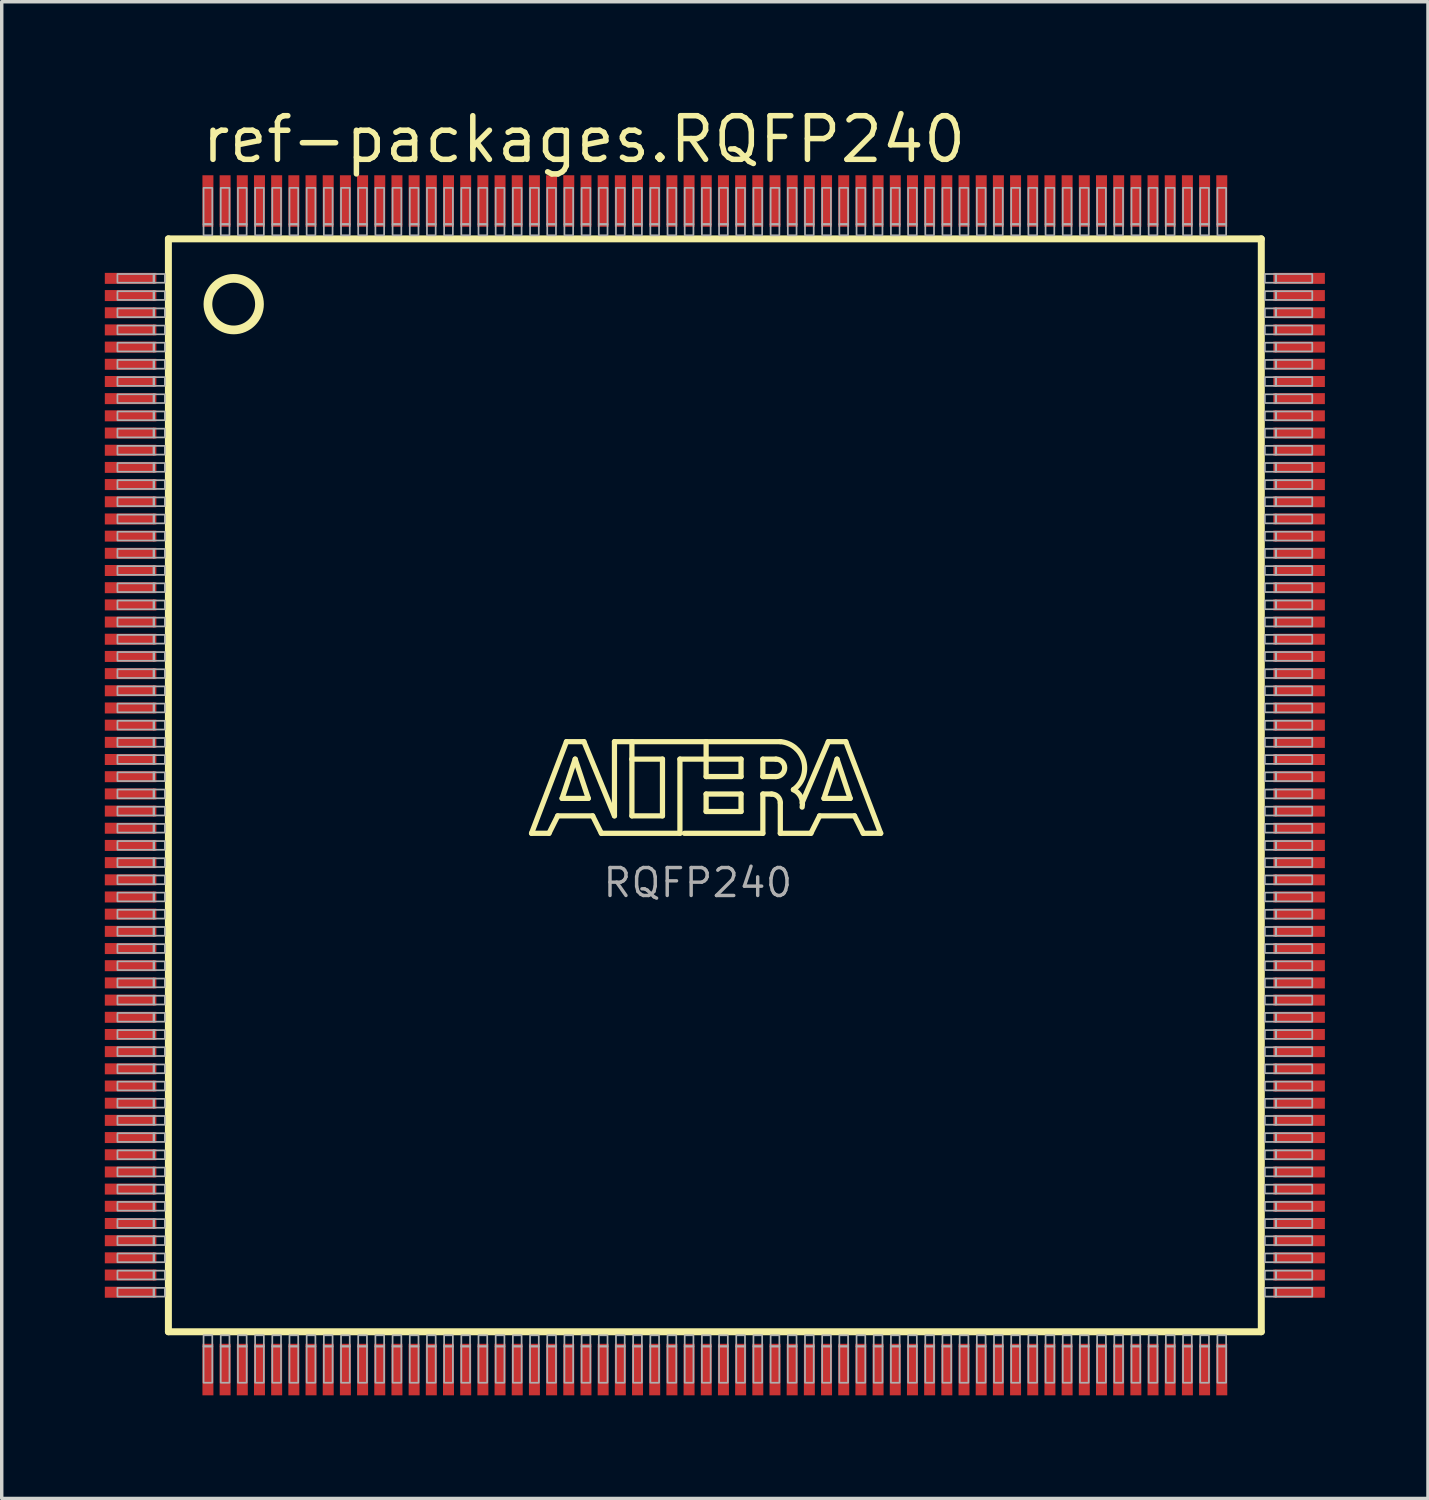
<source format=kicad_pcb>
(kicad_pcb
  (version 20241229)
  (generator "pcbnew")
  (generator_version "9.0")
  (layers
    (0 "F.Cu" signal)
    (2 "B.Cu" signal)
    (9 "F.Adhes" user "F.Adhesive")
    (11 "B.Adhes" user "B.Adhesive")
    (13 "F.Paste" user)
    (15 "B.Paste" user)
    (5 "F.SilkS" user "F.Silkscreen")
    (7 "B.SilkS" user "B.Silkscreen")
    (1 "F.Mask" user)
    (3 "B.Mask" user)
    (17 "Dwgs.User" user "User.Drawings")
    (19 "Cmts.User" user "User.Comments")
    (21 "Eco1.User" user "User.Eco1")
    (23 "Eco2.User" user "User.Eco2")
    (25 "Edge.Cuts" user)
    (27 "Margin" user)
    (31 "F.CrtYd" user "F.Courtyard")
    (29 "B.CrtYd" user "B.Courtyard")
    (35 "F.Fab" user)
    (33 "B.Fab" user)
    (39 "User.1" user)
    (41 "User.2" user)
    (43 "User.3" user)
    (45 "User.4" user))
  (footprint "ref-packages.RQFP240"
    (layer "F.Cu")
    (at 17.75 19.8)
    (property "Reference" "ref-packages.RQFP240" (at -15.01 -18.05 0) (layer "F.SilkS") (effects (font (size 1.27 1.27) (thickness 0.16)) (justify left bottom)))
    (attr smd)
    (fp_line (start -15.9 -15.9) (end -15.9 15.9) (stroke (width 0.203) (type default)) (layer "F.SilkS"))
    (fp_line (start -15.9 15.9) (end 15.9 15.9) (stroke (width 0.203) (type default)) (layer "F.SilkS"))
    (fp_line (start -5.334 1.397) (end -4.318 -1.27) (stroke (width 0.152) (type default)) (layer "F.SilkS"))
    (fp_line (start -4.826 1.397) (end -5.334 1.397) (stroke (width 0.152) (type default)) (layer "F.SilkS"))
    (fp_line (start -4.572 0.889) (end -4.826 1.397) (stroke (width 0.152) (type default)) (layer "F.SilkS"))
    (fp_line (start -4.445 0.381) (end -3.683 0.381) (stroke (width 0.152) (type default)) (layer "F.SilkS"))
    (fp_line (start -4.318 -1.27) (end -3.81 -1.27) (stroke (width 0.152) (type default)) (layer "F.SilkS"))
    (fp_line (start -4.064 -0.762) (end -4.445 0.381) (stroke (width 0.152) (type default)) (layer "F.SilkS"))
    (fp_line (start -3.81 -1.27) (end -2.921 0.889) (stroke (width 0.152) (type default)) (layer "F.SilkS"))
    (fp_line (start -3.683 0.381) (end -4.064 -0.762) (stroke (width 0.152) (type default)) (layer "F.SilkS"))
    (fp_line (start -3.556 0.889) (end -4.572 0.889) (stroke (width 0.152) (type default)) (layer "F.SilkS"))
    (fp_line (start -3.302 1.397) (end -3.556 0.889) (stroke (width 0.152) (type default)) (layer "F.SilkS"))
    (fp_line (start -2.921 -1.27) (end -2.413 -1.27) (stroke (width 0.152) (type default)) (layer "F.SilkS"))
    (fp_line (start -2.921 0.889) (end -2.921 -1.27) (stroke (width 0.152) (type default)) (layer "F.SilkS"))
    (fp_line (start -2.413 -1.27) (end -2.413 -0.762) (stroke (width 0.152) (type default)) (layer "F.SilkS"))
    (fp_line (start -2.413 -1.27) (end -0.254 -1.27) (stroke (width 0.152) (type default)) (layer "F.SilkS"))
    (fp_line (start -2.413 -0.762) (end -2.413 0.889) (stroke (width 0.152) (type default)) (layer "F.SilkS"))
    (fp_line (start -2.413 0.889) (end -1.524 0.889) (stroke (width 0.152) (type default)) (layer "F.SilkS"))
    (fp_line (start -1.524 -0.762) (end -2.413 -0.762) (stroke (width 0.152) (type default)) (layer "F.SilkS"))
    (fp_line (start -1.524 0.889) (end -1.524 -0.762) (stroke (width 0.152) (type default)) (layer "F.SilkS"))
    (fp_line (start -1.016 -0.762) (end -1.016 1.397) (stroke (width 0.152) (type default)) (layer "F.SilkS"))
    (fp_line (start -1.016 1.397) (end -3.302 1.397) (stroke (width 0.152) (type default)) (layer "F.SilkS"))
    (fp_line (start -0.254 -1.27) (end -0.254 -0.762) (stroke (width 0.152) (type default)) (layer "F.SilkS"))
    (fp_line (start -0.254 -1.27) (end 1.905 -1.27) (stroke (width 0.152) (type default)) (layer "F.SilkS"))
    (fp_line (start -0.254 -0.762) (end -1.016 -0.762) (stroke (width 0.152) (type default)) (layer "F.SilkS"))
    (fp_line (start -0.254 -0.762) (end -0.254 -0.254) (stroke (width 0.152) (type default)) (layer "F.SilkS"))
    (fp_line (start -0.254 -0.254) (end 0.762 -0.254) (stroke (width 0.152) (type default)) (layer "F.SilkS"))
    (fp_line (start -0.254 0.254) (end 0.762 0.254) (stroke (width 0.152) (type default)) (layer "F.SilkS"))
    (fp_line (start -0.254 0.762) (end -0.254 0.254) (stroke (width 0.152) (type default)) (layer "F.SilkS"))
    (fp_line (start 0.762 -0.762) (end -0.254 -0.762) (stroke (width 0.152) (type default)) (layer "F.SilkS"))
    (fp_line (start 0.762 -0.254) (end 0.762 -0.762) (stroke (width 0.152) (type default)) (layer "F.SilkS"))
    (fp_line (start 0.762 0.254) (end 0.762 0.762) (stroke (width 0.152) (type default)) (layer "F.SilkS"))
    (fp_line (start 0.762 0.762) (end -0.254 0.762) (stroke (width 0.152) (type default)) (layer "F.SilkS"))
    (fp_line (start 1.397 -0.762) (end 1.397 -0.254) (stroke (width 0.152) (type default)) (layer "F.SilkS"))
    (fp_line (start 1.397 -0.254) (end 1.778 -0.254) (stroke (width 0.152) (type default)) (layer "F.SilkS"))
    (fp_line (start 1.397 0.254) (end 1.397 1.397) (stroke (width 0.152) (type default)) (layer "F.SilkS"))
    (fp_line (start 1.397 0.254) (end 1.651 0.254) (stroke (width 0.152) (type default)) (layer "F.SilkS"))
    (fp_line (start 1.397 1.397) (end -0.889 1.397) (stroke (width 0.152) (type default)) (layer "F.SilkS"))
    (fp_line (start 1.778 -0.762) (end 1.397 -0.762) (stroke (width 0.152) (type default)) (layer "F.SilkS"))
    (fp_line (start 1.905 0.508) (end 1.905 1.397) (stroke (width 0.152) (type default)) (layer "F.SilkS"))
    (fp_line (start 1.905 1.397) (end 2.794 1.397) (stroke (width 0.152) (type default)) (layer "F.SilkS"))
    (fp_line (start 2.794 1.397) (end 3.048 0.889) (stroke (width 0.152) (type default)) (layer "F.SilkS"))
    (fp_line (start 3.048 0.889) (end 4.064 0.889) (stroke (width 0.152) (type default)) (layer "F.SilkS"))
    (fp_line (start 3.175 0.381) (end 3.556 -0.762) (stroke (width 0.152) (type default)) (layer "F.SilkS"))
    (fp_line (start 3.302 -1.27) (end 2.54 0.508) (stroke (width 0.152) (type default)) (layer "F.SilkS"))
    (fp_line (start 3.556 -0.762) (end 3.937 0.381) (stroke (width 0.152) (type default)) (layer "F.SilkS"))
    (fp_line (start 3.81 -1.27) (end 3.302 -1.27) (stroke (width 0.152) (type default)) (layer "F.SilkS"))
    (fp_line (start 3.937 0.381) (end 3.175 0.381) (stroke (width 0.152) (type default)) (layer "F.SilkS"))
    (fp_line (start 4.064 0.889) (end 4.318 1.397) (stroke (width 0.152) (type default)) (layer "F.SilkS"))
    (fp_line (start 4.318 1.397) (end 4.826 1.397) (stroke (width 0.152) (type default)) (layer "F.SilkS"))
    (fp_line (start 4.826 1.397) (end 3.81 -1.27) (stroke (width 0.152) (type default)) (layer "F.SilkS"))
    (fp_line (start 15.9 -15.9) (end -15.9 -15.9) (stroke (width 0.203) (type default)) (layer "F.SilkS"))
    (fp_line (start 15.9 15.9) (end 15.9 -15.9) (stroke (width 0.203) (type default)) (layer "F.SilkS"))
    (fp_arc (start 1.651 0.254) (mid 1.830605 0.328395) (end 1.905 0.508) (stroke (width 0.1524) (type default)) (layer "F.SilkS"))
    (fp_arc (start 1.778 -0.762) (mid 2.032 -0.508) (end 1.778 -0.254) (stroke (width 0.1524) (type default)) (layer "F.SilkS"))
    (fp_arc (start 1.905 -1.27) (mid 2.585094 -0.70463) (end 2.2861 0.1277) (stroke (width 0.1524) (type default)) (layer "F.SilkS"))
    (fp_arc (start 2.286 0.127) (mid 2.501981 0.336487) (end 2.5397 0.635) (stroke (width 0.1524) (type default)) (layer "F.SilkS"))
    (fp_circle (center -14 -14) (end -13.25 -14) (stroke (width 0.254) (type default)) (fill no) (layer "F.SilkS"))
    (fp_rect (start -17.383 -14.623) (end -16.316 -14.877) (stroke (width 0.05) (type default)) (fill no) (layer "F.Fab"))
    (fp_rect (start -17.383 -14.123) (end -16.316 -14.377) (stroke (width 0.05) (type default)) (fill no) (layer "F.Fab"))
    (fp_rect (start -17.383 -13.623) (end -16.316 -13.877) (stroke (width 0.05) (type default)) (fill no) (layer "F.Fab"))
    (fp_rect (start -17.383 -13.123) (end -16.316 -13.377) (stroke (width 0.05) (type default)) (fill no) (layer "F.Fab"))
    (fp_rect (start -17.383 -12.623) (end -16.316 -12.877) (stroke (width 0.05) (type default)) (fill no) (layer "F.Fab"))
    (fp_rect (start -17.383 -12.123) (end -16.316 -12.377) (stroke (width 0.05) (type default)) (fill no) (layer "F.Fab"))
    (fp_rect (start -17.383 -11.623) (end -16.316 -11.877) (stroke (width 0.05) (type default)) (fill no) (layer "F.Fab"))
    (fp_rect (start -17.383 -11.123) (end -16.316 -11.377) (stroke (width 0.05) (type default)) (fill no) (layer "F.Fab"))
    (fp_rect (start -17.383 -10.623) (end -16.316 -10.877) (stroke (width 0.05) (type default)) (fill no) (layer "F.Fab"))
    (fp_rect (start -17.383 -10.123) (end -16.316 -10.377) (stroke (width 0.05) (type default)) (fill no) (layer "F.Fab"))
    (fp_rect (start -17.383 -9.623) (end -16.316 -9.877) (stroke (width 0.05) (type default)) (fill no) (layer "F.Fab"))
    (fp_rect (start -17.383 -9.123) (end -16.316 -9.377) (stroke (width 0.05) (type default)) (fill no) (layer "F.Fab"))
    (fp_rect (start -17.383 -8.623) (end -16.316 -8.877) (stroke (width 0.05) (type default)) (fill no) (layer "F.Fab"))
    (fp_rect (start -17.383 -8.123) (end -16.316 -8.377) (stroke (width 0.05) (type default)) (fill no) (layer "F.Fab"))
    (fp_rect (start -17.383 -7.623) (end -16.316 -7.877) (stroke (width 0.05) (type default)) (fill no) (layer "F.Fab"))
    (fp_rect (start -17.383 -7.123) (end -16.316 -7.377) (stroke (width 0.05) (type default)) (fill no) (layer "F.Fab"))
    (fp_rect (start -17.383 -6.623) (end -16.316 -6.877) (stroke (width 0.05) (type default)) (fill no) (layer "F.Fab"))
    (fp_rect (start -17.383 -6.123) (end -16.316 -6.377) (stroke (width 0.05) (type default)) (fill no) (layer "F.Fab"))
    (fp_rect (start -17.383 -5.623) (end -16.316 -5.877) (stroke (width 0.05) (type default)) (fill no) (layer "F.Fab"))
    (fp_rect (start -17.383 -5.123) (end -16.316 -5.377) (stroke (width 0.05) (type default)) (fill no) (layer "F.Fab"))
    (fp_rect (start -17.383 -4.623) (end -16.316 -4.877) (stroke (width 0.05) (type default)) (fill no) (layer "F.Fab"))
    (fp_rect (start -17.383 -4.123) (end -16.316 -4.377) (stroke (width 0.05) (type default)) (fill no) (layer "F.Fab"))
    (fp_rect (start -17.383 -3.623) (end -16.316 -3.877) (stroke (width 0.05) (type default)) (fill no) (layer "F.Fab"))
    (fp_rect (start -17.383 -3.123) (end -16.316 -3.377) (stroke (width 0.05) (type default)) (fill no) (layer "F.Fab"))
    (fp_rect (start -17.383 -2.623) (end -16.316 -2.877) (stroke (width 0.05) (type default)) (fill no) (layer "F.Fab"))
    (fp_rect (start -17.383 -2.123) (end -16.316 -2.377) (stroke (width 0.05) (type default)) (fill no) (layer "F.Fab"))
    (fp_rect (start -17.383 -1.623) (end -16.316 -1.877) (stroke (width 0.05) (type default)) (fill no) (layer "F.Fab"))
    (fp_rect (start -17.383 -1.123) (end -16.316 -1.377) (stroke (width 0.05) (type default)) (fill no) (layer "F.Fab"))
    (fp_rect (start -17.383 -0.623) (end -16.316 -0.877) (stroke (width 0.05) (type default)) (fill no) (layer "F.Fab"))
    (fp_rect (start -17.383 -0.123) (end -16.316 -0.377) (stroke (width 0.05) (type default)) (fill no) (layer "F.Fab"))
    (fp_rect (start -17.383 0.377) (end -16.316 0.123) (stroke (width 0.05) (type default)) (fill no) (layer "F.Fab"))
    (fp_rect (start -17.383 0.877) (end -16.316 0.623) (stroke (width 0.05) (type default)) (fill no) (layer "F.Fab"))
    (fp_rect (start -17.383 1.377) (end -16.316 1.123) (stroke (width 0.05) (type default)) (fill no) (layer "F.Fab"))
    (fp_rect (start -17.383 1.877) (end -16.316 1.623) (stroke (width 0.05) (type default)) (fill no) (layer "F.Fab"))
    (fp_rect (start -17.383 2.377) (end -16.316 2.123) (stroke (width 0.05) (type default)) (fill no) (layer "F.Fab"))
    (fp_rect (start -17.383 2.877) (end -16.316 2.623) (stroke (width 0.05) (type default)) (fill no) (layer "F.Fab"))
    (fp_rect (start -17.383 3.377) (end -16.316 3.123) (stroke (width 0.05) (type default)) (fill no) (layer "F.Fab"))
    (fp_rect (start -17.383 3.877) (end -16.316 3.623) (stroke (width 0.05) (type default)) (fill no) (layer "F.Fab"))
    (fp_rect (start -17.383 4.377) (end -16.316 4.123) (stroke (width 0.05) (type default)) (fill no) (layer "F.Fab"))
    (fp_rect (start -17.383 4.877) (end -16.316 4.623) (stroke (width 0.05) (type default)) (fill no) (layer "F.Fab"))
    (fp_rect (start -17.383 5.377) (end -16.316 5.123) (stroke (width 0.05) (type default)) (fill no) (layer "F.Fab"))
    (fp_rect (start -17.383 5.877) (end -16.316 5.623) (stroke (width 0.05) (type default)) (fill no) (layer "F.Fab"))
    (fp_rect (start -17.383 6.377) (end -16.316 6.123) (stroke (width 0.05) (type default)) (fill no) (layer "F.Fab"))
    (fp_rect (start -17.383 6.877) (end -16.316 6.623) (stroke (width 0.05) (type default)) (fill no) (layer "F.Fab"))
    (fp_rect (start -17.383 7.377) (end -16.316 7.123) (stroke (width 0.05) (type default)) (fill no) (layer "F.Fab"))
    (fp_rect (start -17.383 7.877) (end -16.316 7.623) (stroke (width 0.05) (type default)) (fill no) (layer "F.Fab"))
    (fp_rect (start -17.383 8.377) (end -16.316 8.123) (stroke (width 0.05) (type default)) (fill no) (layer "F.Fab"))
    (fp_rect (start -17.383 8.877) (end -16.316 8.623) (stroke (width 0.05) (type default)) (fill no) (layer "F.Fab"))
    (fp_rect (start -17.383 9.377) (end -16.316 9.123) (stroke (width 0.05) (type default)) (fill no) (layer "F.Fab"))
    (fp_rect (start -17.383 9.877) (end -16.316 9.623) (stroke (width 0.05) (type default)) (fill no) (layer "F.Fab"))
    (fp_rect (start -17.383 10.377) (end -16.316 10.123) (stroke (width 0.05) (type default)) (fill no) (layer "F.Fab"))
    (fp_rect (start -17.383 10.877) (end -16.316 10.623) (stroke (width 0.05) (type default)) (fill no) (layer "F.Fab"))
    (fp_rect (start -17.383 11.377) (end -16.316 11.123) (stroke (width 0.05) (type default)) (fill no) (layer "F.Fab"))
    (fp_rect (start -17.383 11.877) (end -16.316 11.623) (stroke (width 0.05) (type default)) (fill no) (layer "F.Fab"))
    (fp_rect (start -17.383 12.377) (end -16.316 12.123) (stroke (width 0.05) (type default)) (fill no) (layer "F.Fab"))
    (fp_rect (start -17.383 12.877) (end -16.316 12.623) (stroke (width 0.05) (type default)) (fill no) (layer "F.Fab"))
    (fp_rect (start -17.383 13.377) (end -16.316 13.123) (stroke (width 0.05) (type default)) (fill no) (layer "F.Fab"))
    (fp_rect (start -17.383 13.877) (end -16.316 13.623) (stroke (width 0.05) (type default)) (fill no) (layer "F.Fab"))
    (fp_rect (start -17.383 14.377) (end -16.316 14.123) (stroke (width 0.05) (type default)) (fill no) (layer "F.Fab"))
    (fp_rect (start -17.383 14.877) (end -16.316 14.623) (stroke (width 0.05) (type default)) (fill no) (layer "F.Fab"))
    (fp_rect (start -16.333 -14.623) (end -16.003 -14.877) (stroke (width 0.05) (type default)) (fill no) (layer "F.Fab"))
    (fp_rect (start -16.333 -14.123) (end -16.003 -14.377) (stroke (width 0.05) (type default)) (fill no) (layer "F.Fab"))
    (fp_rect (start -16.333 -13.623) (end -16.003 -13.877) (stroke (width 0.05) (type default)) (fill no) (layer "F.Fab"))
    (fp_rect (start -16.333 -13.123) (end -16.003 -13.377) (stroke (width 0.05) (type default)) (fill no) (layer "F.Fab"))
    (fp_rect (start -16.333 -12.623) (end -16.003 -12.877) (stroke (width 0.05) (type default)) (fill no) (layer "F.Fab"))
    (fp_rect (start -16.333 -12.123) (end -16.003 -12.377) (stroke (width 0.05) (type default)) (fill no) (layer "F.Fab"))
    (fp_rect (start -16.333 -11.623) (end -16.003 -11.877) (stroke (width 0.05) (type default)) (fill no) (layer "F.Fab"))
    (fp_rect (start -16.333 -11.123) (end -16.003 -11.377) (stroke (width 0.05) (type default)) (fill no) (layer "F.Fab"))
    (fp_rect (start -16.333 -10.623) (end -16.003 -10.877) (stroke (width 0.05) (type default)) (fill no) (layer "F.Fab"))
    (fp_rect (start -16.333 -10.123) (end -16.003 -10.377) (stroke (width 0.05) (type default)) (fill no) (layer "F.Fab"))
    (fp_rect (start -16.333 -9.623) (end -16.003 -9.877) (stroke (width 0.05) (type default)) (fill no) (layer "F.Fab"))
    (fp_rect (start -16.333 -9.123) (end -16.003 -9.377) (stroke (width 0.05) (type default)) (fill no) (layer "F.Fab"))
    (fp_rect (start -16.333 -8.623) (end -16.003 -8.877) (stroke (width 0.05) (type default)) (fill no) (layer "F.Fab"))
    (fp_rect (start -16.333 -8.123) (end -16.003 -8.377) (stroke (width 0.05) (type default)) (fill no) (layer "F.Fab"))
    (fp_rect (start -16.333 -7.623) (end -16.003 -7.877) (stroke (width 0.05) (type default)) (fill no) (layer "F.Fab"))
    (fp_rect (start -16.333 -7.123) (end -16.003 -7.377) (stroke (width 0.05) (type default)) (fill no) (layer "F.Fab"))
    (fp_rect (start -16.333 -6.623) (end -16.003 -6.877) (stroke (width 0.05) (type default)) (fill no) (layer "F.Fab"))
    (fp_rect (start -16.333 -6.123) (end -16.003 -6.377) (stroke (width 0.05) (type default)) (fill no) (layer "F.Fab"))
    (fp_rect (start -16.333 -5.623) (end -16.003 -5.877) (stroke (width 0.05) (type default)) (fill no) (layer "F.Fab"))
    (fp_rect (start -16.333 -5.123) (end -16.003 -5.377) (stroke (width 0.05) (type default)) (fill no) (layer "F.Fab"))
    (fp_rect (start -16.333 -4.623) (end -16.003 -4.877) (stroke (width 0.05) (type default)) (fill no) (layer "F.Fab"))
    (fp_rect (start -16.333 -4.123) (end -16.003 -4.377) (stroke (width 0.05) (type default)) (fill no) (layer "F.Fab"))
    (fp_rect (start -16.333 -3.623) (end -16.003 -3.877) (stroke (width 0.05) (type default)) (fill no) (layer "F.Fab"))
    (fp_rect (start -16.333 -3.123) (end -16.003 -3.377) (stroke (width 0.05) (type default)) (fill no) (layer "F.Fab"))
    (fp_rect (start -16.333 -2.623) (end -16.003 -2.877) (stroke (width 0.05) (type default)) (fill no) (layer "F.Fab"))
    (fp_rect (start -16.333 -2.123) (end -16.003 -2.377) (stroke (width 0.05) (type default)) (fill no) (layer "F.Fab"))
    (fp_rect (start -16.333 -1.623) (end -16.003 -1.877) (stroke (width 0.05) (type default)) (fill no) (layer "F.Fab"))
    (fp_rect (start -16.333 -1.123) (end -16.003 -1.377) (stroke (width 0.05) (type default)) (fill no) (layer "F.Fab"))
    (fp_rect (start -16.333 -0.623) (end -16.003 -0.877) (stroke (width 0.05) (type default)) (fill no) (layer "F.Fab"))
    (fp_rect (start -16.333 -0.123) (end -16.003 -0.377) (stroke (width 0.05) (type default)) (fill no) (layer "F.Fab"))
    (fp_rect (start -16.333 0.377) (end -16.003 0.123) (stroke (width 0.05) (type default)) (fill no) (layer "F.Fab"))
    (fp_rect (start -16.333 0.877) (end -16.003 0.623) (stroke (width 0.05) (type default)) (fill no) (layer "F.Fab"))
    (fp_rect (start -16.333 1.377) (end -16.003 1.123) (stroke (width 0.05) (type default)) (fill no) (layer "F.Fab"))
    (fp_rect (start -16.333 1.877) (end -16.003 1.623) (stroke (width 0.05) (type default)) (fill no) (layer "F.Fab"))
    (fp_rect (start -16.333 2.377) (end -16.003 2.123) (stroke (width 0.05) (type default)) (fill no) (layer "F.Fab"))
    (fp_rect (start -16.333 2.877) (end -16.003 2.623) (stroke (width 0.05) (type default)) (fill no) (layer "F.Fab"))
    (fp_rect (start -16.333 3.377) (end -16.003 3.123) (stroke (width 0.05) (type default)) (fill no) (layer "F.Fab"))
    (fp_rect (start -16.333 3.877) (end -16.003 3.623) (stroke (width 0.05) (type default)) (fill no) (layer "F.Fab"))
    (fp_rect (start -16.333 4.377) (end -16.003 4.123) (stroke (width 0.05) (type default)) (fill no) (layer "F.Fab"))
    (fp_rect (start -16.333 4.877) (end -16.003 4.623) (stroke (width 0.05) (type default)) (fill no) (layer "F.Fab"))
    (fp_rect (start -16.333 5.377) (end -16.003 5.123) (stroke (width 0.05) (type default)) (fill no) (layer "F.Fab"))
    (fp_rect (start -16.333 5.877) (end -16.003 5.623) (stroke (width 0.05) (type default)) (fill no) (layer "F.Fab"))
    (fp_rect (start -16.333 6.377) (end -16.003 6.123) (stroke (width 0.05) (type default)) (fill no) (layer "F.Fab"))
    (fp_rect (start -16.333 6.877) (end -16.003 6.623) (stroke (width 0.05) (type default)) (fill no) (layer "F.Fab"))
    (fp_rect (start -16.333 7.377) (end -16.003 7.123) (stroke (width 0.05) (type default)) (fill no) (layer "F.Fab"))
    (fp_rect (start -16.333 7.877) (end -16.003 7.623) (stroke (width 0.05) (type default)) (fill no) (layer "F.Fab"))
    (fp_rect (start -16.333 8.377) (end -16.003 8.123) (stroke (width 0.05) (type default)) (fill no) (layer "F.Fab"))
    (fp_rect (start -16.333 8.877) (end -16.003 8.623) (stroke (width 0.05) (type default)) (fill no) (layer "F.Fab"))
    (fp_rect (start -16.333 9.377) (end -16.003 9.123) (stroke (width 0.05) (type default)) (fill no) (layer "F.Fab"))
    (fp_rect (start -16.333 9.877) (end -16.003 9.623) (stroke (width 0.05) (type default)) (fill no) (layer "F.Fab"))
    (fp_rect (start -16.333 10.377) (end -16.003 10.123) (stroke (width 0.05) (type default)) (fill no) (layer "F.Fab"))
    (fp_rect (start -16.333 10.877) (end -16.003 10.623) (stroke (width 0.05) (type default)) (fill no) (layer "F.Fab"))
    (fp_rect (start -16.333 11.377) (end -16.003 11.123) (stroke (width 0.05) (type default)) (fill no) (layer "F.Fab"))
    (fp_rect (start -16.333 11.877) (end -16.003 11.623) (stroke (width 0.05) (type default)) (fill no) (layer "F.Fab"))
    (fp_rect (start -16.333 12.377) (end -16.003 12.123) (stroke (width 0.05) (type default)) (fill no) (layer "F.Fab"))
    (fp_rect (start -16.333 12.877) (end -16.003 12.623) (stroke (width 0.05) (type default)) (fill no) (layer "F.Fab"))
    (fp_rect (start -16.333 13.377) (end -16.003 13.123) (stroke (width 0.05) (type default)) (fill no) (layer "F.Fab"))
    (fp_rect (start -16.333 13.877) (end -16.003 13.623) (stroke (width 0.05) (type default)) (fill no) (layer "F.Fab"))
    (fp_rect (start -16.333 14.377) (end -16.003 14.123) (stroke (width 0.05) (type default)) (fill no) (layer "F.Fab"))
    (fp_rect (start -16.333 14.877) (end -16.003 14.623) (stroke (width 0.05) (type default)) (fill no) (layer "F.Fab"))
    (fp_rect (start -14.877 -16.316) (end -14.623 -17.383) (stroke (width 0.05) (type default)) (fill no) (layer "F.Fab"))
    (fp_rect (start -14.877 -16.003) (end -14.623 -16.333) (stroke (width 0.05) (type default)) (fill no) (layer "F.Fab"))
    (fp_rect (start -14.877 16.333) (end -14.623 16.003) (stroke (width 0.05) (type default)) (fill no) (layer "F.Fab"))
    (fp_rect (start -14.877 17.383) (end -14.623 16.316) (stroke (width 0.05) (type default)) (fill no) (layer "F.Fab"))
    (fp_rect (start -14.377 -16.316) (end -14.123 -17.383) (stroke (width 0.05) (type default)) (fill no) (layer "F.Fab"))
    (fp_rect (start -14.377 -16.003) (end -14.123 -16.333) (stroke (width 0.05) (type default)) (fill no) (layer "F.Fab"))
    (fp_rect (start -14.377 16.333) (end -14.123 16.003) (stroke (width 0.05) (type default)) (fill no) (layer "F.Fab"))
    (fp_rect (start -14.377 17.383) (end -14.123 16.316) (stroke (width 0.05) (type default)) (fill no) (layer "F.Fab"))
    (fp_rect (start -13.877 -16.316) (end -13.623 -17.383) (stroke (width 0.05) (type default)) (fill no) (layer "F.Fab"))
    (fp_rect (start -13.877 -16.003) (end -13.623 -16.333) (stroke (width 0.05) (type default)) (fill no) (layer "F.Fab"))
    (fp_rect (start -13.877 16.333) (end -13.623 16.003) (stroke (width 0.05) (type default)) (fill no) (layer "F.Fab"))
    (fp_rect (start -13.877 17.383) (end -13.623 16.316) (stroke (width 0.05) (type default)) (fill no) (layer "F.Fab"))
    (fp_rect (start -13.377 -16.316) (end -13.123 -17.383) (stroke (width 0.05) (type default)) (fill no) (layer "F.Fab"))
    (fp_rect (start -13.377 -16.003) (end -13.123 -16.333) (stroke (width 0.05) (type default)) (fill no) (layer "F.Fab"))
    (fp_rect (start -13.377 16.333) (end -13.123 16.003) (stroke (width 0.05) (type default)) (fill no) (layer "F.Fab"))
    (fp_rect (start -13.377 17.383) (end -13.123 16.316) (stroke (width 0.05) (type default)) (fill no) (layer "F.Fab"))
    (fp_rect (start -12.877 -16.316) (end -12.623 -17.383) (stroke (width 0.05) (type default)) (fill no) (layer "F.Fab"))
    (fp_rect (start -12.877 -16.003) (end -12.623 -16.333) (stroke (width 0.05) (type default)) (fill no) (layer "F.Fab"))
    (fp_rect (start -12.877 16.333) (end -12.623 16.003) (stroke (width 0.05) (type default)) (fill no) (layer "F.Fab"))
    (fp_rect (start -12.877 17.383) (end -12.623 16.316) (stroke (width 0.05) (type default)) (fill no) (layer "F.Fab"))
    (fp_rect (start -12.377 -16.316) (end -12.123 -17.383) (stroke (width 0.05) (type default)) (fill no) (layer "F.Fab"))
    (fp_rect (start -12.377 -16.003) (end -12.123 -16.333) (stroke (width 0.05) (type default)) (fill no) (layer "F.Fab"))
    (fp_rect (start -12.377 16.333) (end -12.123 16.003) (stroke (width 0.05) (type default)) (fill no) (layer "F.Fab"))
    (fp_rect (start -12.377 17.383) (end -12.123 16.316) (stroke (width 0.05) (type default)) (fill no) (layer "F.Fab"))
    (fp_rect (start -11.877 -16.316) (end -11.623 -17.383) (stroke (width 0.05) (type default)) (fill no) (layer "F.Fab"))
    (fp_rect (start -11.877 -16.003) (end -11.623 -16.333) (stroke (width 0.05) (type default)) (fill no) (layer "F.Fab"))
    (fp_rect (start -11.877 16.333) (end -11.623 16.003) (stroke (width 0.05) (type default)) (fill no) (layer "F.Fab"))
    (fp_rect (start -11.877 17.383) (end -11.623 16.316) (stroke (width 0.05) (type default)) (fill no) (layer "F.Fab"))
    (fp_rect (start -11.377 -16.316) (end -11.123 -17.383) (stroke (width 0.05) (type default)) (fill no) (layer "F.Fab"))
    (fp_rect (start -11.377 -16.003) (end -11.123 -16.333) (stroke (width 0.05) (type default)) (fill no) (layer "F.Fab"))
    (fp_rect (start -11.377 16.333) (end -11.123 16.003) (stroke (width 0.05) (type default)) (fill no) (layer "F.Fab"))
    (fp_rect (start -11.377 17.383) (end -11.123 16.316) (stroke (width 0.05) (type default)) (fill no) (layer "F.Fab"))
    (fp_rect (start -10.877 -16.316) (end -10.623 -17.383) (stroke (width 0.05) (type default)) (fill no) (layer "F.Fab"))
    (fp_rect (start -10.877 -16.003) (end -10.623 -16.333) (stroke (width 0.05) (type default)) (fill no) (layer "F.Fab"))
    (fp_rect (start -10.877 16.333) (end -10.623 16.003) (stroke (width 0.05) (type default)) (fill no) (layer "F.Fab"))
    (fp_rect (start -10.877 17.383) (end -10.623 16.316) (stroke (width 0.05) (type default)) (fill no) (layer "F.Fab"))
    (fp_rect (start -10.377 -16.316) (end -10.123 -17.383) (stroke (width 0.05) (type default)) (fill no) (layer "F.Fab"))
    (fp_rect (start -10.377 -16.003) (end -10.123 -16.333) (stroke (width 0.05) (type default)) (fill no) (layer "F.Fab"))
    (fp_rect (start -10.377 16.333) (end -10.123 16.003) (stroke (width 0.05) (type default)) (fill no) (layer "F.Fab"))
    (fp_rect (start -10.377 17.383) (end -10.123 16.316) (stroke (width 0.05) (type default)) (fill no) (layer "F.Fab"))
    (fp_rect (start -9.877 -16.316) (end -9.623 -17.383) (stroke (width 0.05) (type default)) (fill no) (layer "F.Fab"))
    (fp_rect (start -9.877 -16.003) (end -9.623 -16.333) (stroke (width 0.05) (type default)) (fill no) (layer "F.Fab"))
    (fp_rect (start -9.877 16.333) (end -9.623 16.003) (stroke (width 0.05) (type default)) (fill no) (layer "F.Fab"))
    (fp_rect (start -9.877 17.383) (end -9.623 16.316) (stroke (width 0.05) (type default)) (fill no) (layer "F.Fab"))
    (fp_rect (start -9.377 -16.316) (end -9.123 -17.383) (stroke (width 0.05) (type default)) (fill no) (layer "F.Fab"))
    (fp_rect (start -9.377 -16.003) (end -9.123 -16.333) (stroke (width 0.05) (type default)) (fill no) (layer "F.Fab"))
    (fp_rect (start -9.377 16.333) (end -9.123 16.003) (stroke (width 0.05) (type default)) (fill no) (layer "F.Fab"))
    (fp_rect (start -9.377 17.383) (end -9.123 16.316) (stroke (width 0.05) (type default)) (fill no) (layer "F.Fab"))
    (fp_rect (start -8.877 -16.316) (end -8.623 -17.383) (stroke (width 0.05) (type default)) (fill no) (layer "F.Fab"))
    (fp_rect (start -8.877 -16.003) (end -8.623 -16.333) (stroke (width 0.05) (type default)) (fill no) (layer "F.Fab"))
    (fp_rect (start -8.877 16.333) (end -8.623 16.003) (stroke (width 0.05) (type default)) (fill no) (layer "F.Fab"))
    (fp_rect (start -8.877 17.383) (end -8.623 16.316) (stroke (width 0.05) (type default)) (fill no) (layer "F.Fab"))
    (fp_rect (start -8.377 -16.316) (end -8.123 -17.383) (stroke (width 0.05) (type default)) (fill no) (layer "F.Fab"))
    (fp_rect (start -8.377 -16.003) (end -8.123 -16.333) (stroke (width 0.05) (type default)) (fill no) (layer "F.Fab"))
    (fp_rect (start -8.377 16.333) (end -8.123 16.003) (stroke (width 0.05) (type default)) (fill no) (layer "F.Fab"))
    (fp_rect (start -8.377 17.383) (end -8.123 16.316) (stroke (width 0.05) (type default)) (fill no) (layer "F.Fab"))
    (fp_rect (start -7.877 -16.316) (end -7.623 -17.383) (stroke (width 0.05) (type default)) (fill no) (layer "F.Fab"))
    (fp_rect (start -7.877 -16.003) (end -7.623 -16.333) (stroke (width 0.05) (type default)) (fill no) (layer "F.Fab"))
    (fp_rect (start -7.877 16.333) (end -7.623 16.003) (stroke (width 0.05) (type default)) (fill no) (layer "F.Fab"))
    (fp_rect (start -7.877 17.383) (end -7.623 16.316) (stroke (width 0.05) (type default)) (fill no) (layer "F.Fab"))
    (fp_rect (start -7.377 -16.316) (end -7.123 -17.383) (stroke (width 0.05) (type default)) (fill no) (layer "F.Fab"))
    (fp_rect (start -7.377 -16.003) (end -7.123 -16.333) (stroke (width 0.05) (type default)) (fill no) (layer "F.Fab"))
    (fp_rect (start -7.377 16.333) (end -7.123 16.003) (stroke (width 0.05) (type default)) (fill no) (layer "F.Fab"))
    (fp_rect (start -7.377 17.383) (end -7.123 16.316) (stroke (width 0.05) (type default)) (fill no) (layer "F.Fab"))
    (fp_rect (start -6.877 -16.316) (end -6.623 -17.383) (stroke (width 0.05) (type default)) (fill no) (layer "F.Fab"))
    (fp_rect (start -6.877 -16.003) (end -6.623 -16.333) (stroke (width 0.05) (type default)) (fill no) (layer "F.Fab"))
    (fp_rect (start -6.877 16.333) (end -6.623 16.003) (stroke (width 0.05) (type default)) (fill no) (layer "F.Fab"))
    (fp_rect (start -6.877 17.383) (end -6.623 16.316) (stroke (width 0.05) (type default)) (fill no) (layer "F.Fab"))
    (fp_rect (start -6.377 -16.316) (end -6.123 -17.383) (stroke (width 0.05) (type default)) (fill no) (layer "F.Fab"))
    (fp_rect (start -6.377 -16.003) (end -6.123 -16.333) (stroke (width 0.05) (type default)) (fill no) (layer "F.Fab"))
    (fp_rect (start -6.377 16.333) (end -6.123 16.003) (stroke (width 0.05) (type default)) (fill no) (layer "F.Fab"))
    (fp_rect (start -6.377 17.383) (end -6.123 16.316) (stroke (width 0.05) (type default)) (fill no) (layer "F.Fab"))
    (fp_rect (start -5.877 -16.316) (end -5.623 -17.383) (stroke (width 0.05) (type default)) (fill no) (layer "F.Fab"))
    (fp_rect (start -5.877 -16.003) (end -5.623 -16.333) (stroke (width 0.05) (type default)) (fill no) (layer "F.Fab"))
    (fp_rect (start -5.877 16.333) (end -5.623 16.003) (stroke (width 0.05) (type default)) (fill no) (layer "F.Fab"))
    (fp_rect (start -5.877 17.383) (end -5.623 16.316) (stroke (width 0.05) (type default)) (fill no) (layer "F.Fab"))
    (fp_rect (start -5.377 -16.316) (end -5.123 -17.383) (stroke (width 0.05) (type default)) (fill no) (layer "F.Fab"))
    (fp_rect (start -5.377 -16.003) (end -5.123 -16.333) (stroke (width 0.05) (type default)) (fill no) (layer "F.Fab"))
    (fp_rect (start -5.377 16.333) (end -5.123 16.003) (stroke (width 0.05) (type default)) (fill no) (layer "F.Fab"))
    (fp_rect (start -5.377 17.383) (end -5.123 16.316) (stroke (width 0.05) (type default)) (fill no) (layer "F.Fab"))
    (fp_rect (start -4.877 -16.316) (end -4.623 -17.383) (stroke (width 0.05) (type default)) (fill no) (layer "F.Fab"))
    (fp_rect (start -4.877 -16.003) (end -4.623 -16.333) (stroke (width 0.05) (type default)) (fill no) (layer "F.Fab"))
    (fp_rect (start -4.877 16.333) (end -4.623 16.003) (stroke (width 0.05) (type default)) (fill no) (layer "F.Fab"))
    (fp_rect (start -4.877 17.383) (end -4.623 16.316) (stroke (width 0.05) (type default)) (fill no) (layer "F.Fab"))
    (fp_rect (start -4.377 -16.316) (end -4.123 -17.383) (stroke (width 0.05) (type default)) (fill no) (layer "F.Fab"))
    (fp_rect (start -4.377 -16.003) (end -4.123 -16.333) (stroke (width 0.05) (type default)) (fill no) (layer "F.Fab"))
    (fp_rect (start -4.377 16.333) (end -4.123 16.003) (stroke (width 0.05) (type default)) (fill no) (layer "F.Fab"))
    (fp_rect (start -4.377 17.383) (end -4.123 16.316) (stroke (width 0.05) (type default)) (fill no) (layer "F.Fab"))
    (fp_rect (start -3.877 -16.316) (end -3.623 -17.383) (stroke (width 0.05) (type default)) (fill no) (layer "F.Fab"))
    (fp_rect (start -3.877 -16.003) (end -3.623 -16.333) (stroke (width 0.05) (type default)) (fill no) (layer "F.Fab"))
    (fp_rect (start -3.877 16.333) (end -3.623 16.003) (stroke (width 0.05) (type default)) (fill no) (layer "F.Fab"))
    (fp_rect (start -3.877 17.383) (end -3.623 16.316) (stroke (width 0.05) (type default)) (fill no) (layer "F.Fab"))
    (fp_rect (start -3.377 -16.316) (end -3.123 -17.383) (stroke (width 0.05) (type default)) (fill no) (layer "F.Fab"))
    (fp_rect (start -3.377 -16.003) (end -3.123 -16.333) (stroke (width 0.05) (type default)) (fill no) (layer "F.Fab"))
    (fp_rect (start -3.377 16.333) (end -3.123 16.003) (stroke (width 0.05) (type default)) (fill no) (layer "F.Fab"))
    (fp_rect (start -3.377 17.383) (end -3.123 16.316) (stroke (width 0.05) (type default)) (fill no) (layer "F.Fab"))
    (fp_rect (start -2.877 -16.316) (end -2.623 -17.383) (stroke (width 0.05) (type default)) (fill no) (layer "F.Fab"))
    (fp_rect (start -2.877 -16.003) (end -2.623 -16.333) (stroke (width 0.05) (type default)) (fill no) (layer "F.Fab"))
    (fp_rect (start -2.877 16.333) (end -2.623 16.003) (stroke (width 0.05) (type default)) (fill no) (layer "F.Fab"))
    (fp_rect (start -2.877 17.383) (end -2.623 16.316) (stroke (width 0.05) (type default)) (fill no) (layer "F.Fab"))
    (fp_rect (start -2.377 -16.316) (end -2.123 -17.383) (stroke (width 0.05) (type default)) (fill no) (layer "F.Fab"))
    (fp_rect (start -2.377 -16.003) (end -2.123 -16.333) (stroke (width 0.05) (type default)) (fill no) (layer "F.Fab"))
    (fp_rect (start -2.377 16.333) (end -2.123 16.003) (stroke (width 0.05) (type default)) (fill no) (layer "F.Fab"))
    (fp_rect (start -2.377 17.383) (end -2.123 16.316) (stroke (width 0.05) (type default)) (fill no) (layer "F.Fab"))
    (fp_rect (start -1.877 -16.316) (end -1.623 -17.383) (stroke (width 0.05) (type default)) (fill no) (layer "F.Fab"))
    (fp_rect (start -1.877 -16.003) (end -1.623 -16.333) (stroke (width 0.05) (type default)) (fill no) (layer "F.Fab"))
    (fp_rect (start -1.877 16.333) (end -1.623 16.003) (stroke (width 0.05) (type default)) (fill no) (layer "F.Fab"))
    (fp_rect (start -1.877 17.383) (end -1.623 16.316) (stroke (width 0.05) (type default)) (fill no) (layer "F.Fab"))
    (fp_rect (start -1.377 -16.316) (end -1.123 -17.383) (stroke (width 0.05) (type default)) (fill no) (layer "F.Fab"))
    (fp_rect (start -1.377 -16.003) (end -1.123 -16.333) (stroke (width 0.05) (type default)) (fill no) (layer "F.Fab"))
    (fp_rect (start -1.377 16.333) (end -1.123 16.003) (stroke (width 0.05) (type default)) (fill no) (layer "F.Fab"))
    (fp_rect (start -1.377 17.383) (end -1.123 16.316) (stroke (width 0.05) (type default)) (fill no) (layer "F.Fab"))
    (fp_rect (start -0.877 -16.316) (end -0.623 -17.383) (stroke (width 0.05) (type default)) (fill no) (layer "F.Fab"))
    (fp_rect (start -0.877 -16.003) (end -0.623 -16.333) (stroke (width 0.05) (type default)) (fill no) (layer "F.Fab"))
    (fp_rect (start -0.877 16.333) (end -0.623 16.003) (stroke (width 0.05) (type default)) (fill no) (layer "F.Fab"))
    (fp_rect (start -0.877 17.383) (end -0.623 16.316) (stroke (width 0.05) (type default)) (fill no) (layer "F.Fab"))
    (fp_rect (start -0.377 -16.316) (end -0.123 -17.383) (stroke (width 0.05) (type default)) (fill no) (layer "F.Fab"))
    (fp_rect (start -0.377 -16.003) (end -0.123 -16.333) (stroke (width 0.05) (type default)) (fill no) (layer "F.Fab"))
    (fp_rect (start -0.377 16.333) (end -0.123 16.003) (stroke (width 0.05) (type default)) (fill no) (layer "F.Fab"))
    (fp_rect (start -0.377 17.383) (end -0.123 16.316) (stroke (width 0.05) (type default)) (fill no) (layer "F.Fab"))
    (fp_rect (start 0.123 -16.316) (end 0.377 -17.383) (stroke (width 0.05) (type default)) (fill no) (layer "F.Fab"))
    (fp_rect (start 0.123 -16.003) (end 0.377 -16.333) (stroke (width 0.05) (type default)) (fill no) (layer "F.Fab"))
    (fp_rect (start 0.123 16.333) (end 0.377 16.003) (stroke (width 0.05) (type default)) (fill no) (layer "F.Fab"))
    (fp_rect (start 0.123 17.383) (end 0.377 16.316) (stroke (width 0.05) (type default)) (fill no) (layer "F.Fab"))
    (fp_rect (start 0.623 -16.316) (end 0.877 -17.383) (stroke (width 0.05) (type default)) (fill no) (layer "F.Fab"))
    (fp_rect (start 0.623 -16.003) (end 0.877 -16.333) (stroke (width 0.05) (type default)) (fill no) (layer "F.Fab"))
    (fp_rect (start 0.623 16.333) (end 0.877 16.003) (stroke (width 0.05) (type default)) (fill no) (layer "F.Fab"))
    (fp_rect (start 0.623 17.383) (end 0.877 16.316) (stroke (width 0.05) (type default)) (fill no) (layer "F.Fab"))
    (fp_rect (start 1.123 -16.316) (end 1.377 -17.383) (stroke (width 0.05) (type default)) (fill no) (layer "F.Fab"))
    (fp_rect (start 1.123 -16.003) (end 1.377 -16.333) (stroke (width 0.05) (type default)) (fill no) (layer "F.Fab"))
    (fp_rect (start 1.123 16.333) (end 1.377 16.003) (stroke (width 0.05) (type default)) (fill no) (layer "F.Fab"))
    (fp_rect (start 1.123 17.383) (end 1.377 16.316) (stroke (width 0.05) (type default)) (fill no) (layer "F.Fab"))
    (fp_rect (start 1.623 -16.316) (end 1.877 -17.383) (stroke (width 0.05) (type default)) (fill no) (layer "F.Fab"))
    (fp_rect (start 1.623 -16.003) (end 1.877 -16.333) (stroke (width 0.05) (type default)) (fill no) (layer "F.Fab"))
    (fp_rect (start 1.623 16.333) (end 1.877 16.003) (stroke (width 0.05) (type default)) (fill no) (layer "F.Fab"))
    (fp_rect (start 1.623 17.383) (end 1.877 16.316) (stroke (width 0.05) (type default)) (fill no) (layer "F.Fab"))
    (fp_rect (start 2.123 -16.316) (end 2.377 -17.383) (stroke (width 0.05) (type default)) (fill no) (layer "F.Fab"))
    (fp_rect (start 2.123 -16.003) (end 2.377 -16.333) (stroke (width 0.05) (type default)) (fill no) (layer "F.Fab"))
    (fp_rect (start 2.123 16.333) (end 2.377 16.003) (stroke (width 0.05) (type default)) (fill no) (layer "F.Fab"))
    (fp_rect (start 2.123 17.383) (end 2.377 16.316) (stroke (width 0.05) (type default)) (fill no) (layer "F.Fab"))
    (fp_rect (start 2.623 -16.316) (end 2.877 -17.383) (stroke (width 0.05) (type default)) (fill no) (layer "F.Fab"))
    (fp_rect (start 2.623 -16.003) (end 2.877 -16.333) (stroke (width 0.05) (type default)) (fill no) (layer "F.Fab"))
    (fp_rect (start 2.623 16.333) (end 2.877 16.003) (stroke (width 0.05) (type default)) (fill no) (layer "F.Fab"))
    (fp_rect (start 2.623 17.383) (end 2.877 16.316) (stroke (width 0.05) (type default)) (fill no) (layer "F.Fab"))
    (fp_rect (start 3.123 -16.316) (end 3.377 -17.383) (stroke (width 0.05) (type default)) (fill no) (layer "F.Fab"))
    (fp_rect (start 3.123 -16.003) (end 3.377 -16.333) (stroke (width 0.05) (type default)) (fill no) (layer "F.Fab"))
    (fp_rect (start 3.123 16.333) (end 3.377 16.003) (stroke (width 0.05) (type default)) (fill no) (layer "F.Fab"))
    (fp_rect (start 3.123 17.383) (end 3.377 16.316) (stroke (width 0.05) (type default)) (fill no) (layer "F.Fab"))
    (fp_rect (start 3.623 -16.316) (end 3.877 -17.383) (stroke (width 0.05) (type default)) (fill no) (layer "F.Fab"))
    (fp_rect (start 3.623 -16.003) (end 3.877 -16.333) (stroke (width 0.05) (type default)) (fill no) (layer "F.Fab"))
    (fp_rect (start 3.623 16.333) (end 3.877 16.003) (stroke (width 0.05) (type default)) (fill no) (layer "F.Fab"))
    (fp_rect (start 3.623 17.383) (end 3.877 16.316) (stroke (width 0.05) (type default)) (fill no) (layer "F.Fab"))
    (fp_rect (start 4.123 -16.316) (end 4.377 -17.383) (stroke (width 0.05) (type default)) (fill no) (layer "F.Fab"))
    (fp_rect (start 4.123 -16.003) (end 4.377 -16.333) (stroke (width 0.05) (type default)) (fill no) (layer "F.Fab"))
    (fp_rect (start 4.123 16.333) (end 4.377 16.003) (stroke (width 0.05) (type default)) (fill no) (layer "F.Fab"))
    (fp_rect (start 4.123 17.383) (end 4.377 16.316) (stroke (width 0.05) (type default)) (fill no) (layer "F.Fab"))
    (fp_rect (start 4.623 -16.316) (end 4.877 -17.383) (stroke (width 0.05) (type default)) (fill no) (layer "F.Fab"))
    (fp_rect (start 4.623 -16.003) (end 4.877 -16.333) (stroke (width 0.05) (type default)) (fill no) (layer "F.Fab"))
    (fp_rect (start 4.623 16.333) (end 4.877 16.003) (stroke (width 0.05) (type default)) (fill no) (layer "F.Fab"))
    (fp_rect (start 4.623 17.383) (end 4.877 16.316) (stroke (width 0.05) (type default)) (fill no) (layer "F.Fab"))
    (fp_rect (start 5.123 -16.316) (end 5.377 -17.383) (stroke (width 0.05) (type default)) (fill no) (layer "F.Fab"))
    (fp_rect (start 5.123 -16.003) (end 5.377 -16.333) (stroke (width 0.05) (type default)) (fill no) (layer "F.Fab"))
    (fp_rect (start 5.123 16.333) (end 5.377 16.003) (stroke (width 0.05) (type default)) (fill no) (layer "F.Fab"))
    (fp_rect (start 5.123 17.383) (end 5.377 16.316) (stroke (width 0.05) (type default)) (fill no) (layer "F.Fab"))
    (fp_rect (start 5.623 -16.316) (end 5.877 -17.383) (stroke (width 0.05) (type default)) (fill no) (layer "F.Fab"))
    (fp_rect (start 5.623 -16.003) (end 5.877 -16.333) (stroke (width 0.05) (type default)) (fill no) (layer "F.Fab"))
    (fp_rect (start 5.623 16.333) (end 5.877 16.003) (stroke (width 0.05) (type default)) (fill no) (layer "F.Fab"))
    (fp_rect (start 5.623 17.383) (end 5.877 16.316) (stroke (width 0.05) (type default)) (fill no) (layer "F.Fab"))
    (fp_rect (start 6.123 -16.316) (end 6.377 -17.383) (stroke (width 0.05) (type default)) (fill no) (layer "F.Fab"))
    (fp_rect (start 6.123 -16.003) (end 6.377 -16.333) (stroke (width 0.05) (type default)) (fill no) (layer "F.Fab"))
    (fp_rect (start 6.123 16.333) (end 6.377 16.003) (stroke (width 0.05) (type default)) (fill no) (layer "F.Fab"))
    (fp_rect (start 6.123 17.383) (end 6.377 16.316) (stroke (width 0.05) (type default)) (fill no) (layer "F.Fab"))
    (fp_rect (start 6.623 -16.316) (end 6.877 -17.383) (stroke (width 0.05) (type default)) (fill no) (layer "F.Fab"))
    (fp_rect (start 6.623 -16.003) (end 6.877 -16.333) (stroke (width 0.05) (type default)) (fill no) (layer "F.Fab"))
    (fp_rect (start 6.623 16.333) (end 6.877 16.003) (stroke (width 0.05) (type default)) (fill no) (layer "F.Fab"))
    (fp_rect (start 6.623 17.383) (end 6.877 16.316) (stroke (width 0.05) (type default)) (fill no) (layer "F.Fab"))
    (fp_rect (start 7.123 -16.316) (end 7.377 -17.383) (stroke (width 0.05) (type default)) (fill no) (layer "F.Fab"))
    (fp_rect (start 7.123 -16.003) (end 7.377 -16.333) (stroke (width 0.05) (type default)) (fill no) (layer "F.Fab"))
    (fp_rect (start 7.123 16.333) (end 7.377 16.003) (stroke (width 0.05) (type default)) (fill no) (layer "F.Fab"))
    (fp_rect (start 7.123 17.383) (end 7.377 16.316) (stroke (width 0.05) (type default)) (fill no) (layer "F.Fab"))
    (fp_rect (start 7.623 -16.316) (end 7.877 -17.383) (stroke (width 0.05) (type default)) (fill no) (layer "F.Fab"))
    (fp_rect (start 7.623 -16.003) (end 7.877 -16.333) (stroke (width 0.05) (type default)) (fill no) (layer "F.Fab"))
    (fp_rect (start 7.623 16.333) (end 7.877 16.003) (stroke (width 0.05) (type default)) (fill no) (layer "F.Fab"))
    (fp_rect (start 7.623 17.383) (end 7.877 16.316) (stroke (width 0.05) (type default)) (fill no) (layer "F.Fab"))
    (fp_rect (start 8.123 -16.316) (end 8.377 -17.383) (stroke (width 0.05) (type default)) (fill no) (layer "F.Fab"))
    (fp_rect (start 8.123 -16.003) (end 8.377 -16.333) (stroke (width 0.05) (type default)) (fill no) (layer "F.Fab"))
    (fp_rect (start 8.123 16.333) (end 8.377 16.003) (stroke (width 0.05) (type default)) (fill no) (layer "F.Fab"))
    (fp_rect (start 8.123 17.383) (end 8.377 16.316) (stroke (width 0.05) (type default)) (fill no) (layer "F.Fab"))
    (fp_rect (start 8.623 -16.316) (end 8.877 -17.383) (stroke (width 0.05) (type default)) (fill no) (layer "F.Fab"))
    (fp_rect (start 8.623 -16.003) (end 8.877 -16.333) (stroke (width 0.05) (type default)) (fill no) (layer "F.Fab"))
    (fp_rect (start 8.623 16.333) (end 8.877 16.003) (stroke (width 0.05) (type default)) (fill no) (layer "F.Fab"))
    (fp_rect (start 8.623 17.383) (end 8.877 16.316) (stroke (width 0.05) (type default)) (fill no) (layer "F.Fab"))
    (fp_rect (start 9.123 -16.316) (end 9.377 -17.383) (stroke (width 0.05) (type default)) (fill no) (layer "F.Fab"))
    (fp_rect (start 9.123 -16.003) (end 9.377 -16.333) (stroke (width 0.05) (type default)) (fill no) (layer "F.Fab"))
    (fp_rect (start 9.123 16.333) (end 9.377 16.003) (stroke (width 0.05) (type default)) (fill no) (layer "F.Fab"))
    (fp_rect (start 9.123 17.383) (end 9.377 16.316) (stroke (width 0.05) (type default)) (fill no) (layer "F.Fab"))
    (fp_rect (start 9.623 -16.316) (end 9.877 -17.383) (stroke (width 0.05) (type default)) (fill no) (layer "F.Fab"))
    (fp_rect (start 9.623 -16.003) (end 9.877 -16.333) (stroke (width 0.05) (type default)) (fill no) (layer "F.Fab"))
    (fp_rect (start 9.623 16.333) (end 9.877 16.003) (stroke (width 0.05) (type default)) (fill no) (layer "F.Fab"))
    (fp_rect (start 9.623 17.383) (end 9.877 16.316) (stroke (width 0.05) (type default)) (fill no) (layer "F.Fab"))
    (fp_rect (start 10.123 -16.316) (end 10.377 -17.383) (stroke (width 0.05) (type default)) (fill no) (layer "F.Fab"))
    (fp_rect (start 10.123 -16.003) (end 10.377 -16.333) (stroke (width 0.05) (type default)) (fill no) (layer "F.Fab"))
    (fp_rect (start 10.123 16.333) (end 10.377 16.003) (stroke (width 0.05) (type default)) (fill no) (layer "F.Fab"))
    (fp_rect (start 10.123 17.383) (end 10.377 16.316) (stroke (width 0.05) (type default)) (fill no) (layer "F.Fab"))
    (fp_rect (start 10.623 -16.316) (end 10.877 -17.383) (stroke (width 0.05) (type default)) (fill no) (layer "F.Fab"))
    (fp_rect (start 10.623 -16.003) (end 10.877 -16.333) (stroke (width 0.05) (type default)) (fill no) (layer "F.Fab"))
    (fp_rect (start 10.623 16.333) (end 10.877 16.003) (stroke (width 0.05) (type default)) (fill no) (layer "F.Fab"))
    (fp_rect (start 10.623 17.383) (end 10.877 16.316) (stroke (width 0.05) (type default)) (fill no) (layer "F.Fab"))
    (fp_rect (start 11.123 -16.316) (end 11.377 -17.383) (stroke (width 0.05) (type default)) (fill no) (layer "F.Fab"))
    (fp_rect (start 11.123 -16.003) (end 11.377 -16.333) (stroke (width 0.05) (type default)) (fill no) (layer "F.Fab"))
    (fp_rect (start 11.123 16.333) (end 11.377 16.003) (stroke (width 0.05) (type default)) (fill no) (layer "F.Fab"))
    (fp_rect (start 11.123 17.383) (end 11.377 16.316) (stroke (width 0.05) (type default)) (fill no) (layer "F.Fab"))
    (fp_rect (start 11.623 -16.316) (end 11.877 -17.383) (stroke (width 0.05) (type default)) (fill no) (layer "F.Fab"))
    (fp_rect (start 11.623 -16.003) (end 11.877 -16.333) (stroke (width 0.05) (type default)) (fill no) (layer "F.Fab"))
    (fp_rect (start 11.623 16.333) (end 11.877 16.003) (stroke (width 0.05) (type default)) (fill no) (layer "F.Fab"))
    (fp_rect (start 11.623 17.383) (end 11.877 16.316) (stroke (width 0.05) (type default)) (fill no) (layer "F.Fab"))
    (fp_rect (start 12.123 -16.316) (end 12.377 -17.383) (stroke (width 0.05) (type default)) (fill no) (layer "F.Fab"))
    (fp_rect (start 12.123 -16.003) (end 12.377 -16.333) (stroke (width 0.05) (type default)) (fill no) (layer "F.Fab"))
    (fp_rect (start 12.123 16.333) (end 12.377 16.003) (stroke (width 0.05) (type default)) (fill no) (layer "F.Fab"))
    (fp_rect (start 12.123 17.383) (end 12.377 16.316) (stroke (width 0.05) (type default)) (fill no) (layer "F.Fab"))
    (fp_rect (start 12.623 -16.316) (end 12.877 -17.383) (stroke (width 0.05) (type default)) (fill no) (layer "F.Fab"))
    (fp_rect (start 12.623 -16.003) (end 12.877 -16.333) (stroke (width 0.05) (type default)) (fill no) (layer "F.Fab"))
    (fp_rect (start 12.623 16.333) (end 12.877 16.003) (stroke (width 0.05) (type default)) (fill no) (layer "F.Fab"))
    (fp_rect (start 12.623 17.383) (end 12.877 16.316) (stroke (width 0.05) (type default)) (fill no) (layer "F.Fab"))
    (fp_rect (start 13.123 -16.316) (end 13.377 -17.383) (stroke (width 0.05) (type default)) (fill no) (layer "F.Fab"))
    (fp_rect (start 13.123 -16.003) (end 13.377 -16.333) (stroke (width 0.05) (type default)) (fill no) (layer "F.Fab"))
    (fp_rect (start 13.123 16.333) (end 13.377 16.003) (stroke (width 0.05) (type default)) (fill no) (layer "F.Fab"))
    (fp_rect (start 13.123 17.383) (end 13.377 16.316) (stroke (width 0.05) (type default)) (fill no) (layer "F.Fab"))
    (fp_rect (start 13.623 -16.316) (end 13.877 -17.383) (stroke (width 0.05) (type default)) (fill no) (layer "F.Fab"))
    (fp_rect (start 13.623 -16.003) (end 13.877 -16.333) (stroke (width 0.05) (type default)) (fill no) (layer "F.Fab"))
    (fp_rect (start 13.623 16.333) (end 13.877 16.003) (stroke (width 0.05) (type default)) (fill no) (layer "F.Fab"))
    (fp_rect (start 13.623 17.383) (end 13.877 16.316) (stroke (width 0.05) (type default)) (fill no) (layer "F.Fab"))
    (fp_rect (start 14.123 -16.316) (end 14.377 -17.383) (stroke (width 0.05) (type default)) (fill no) (layer "F.Fab"))
    (fp_rect (start 14.123 -16.003) (end 14.377 -16.333) (stroke (width 0.05) (type default)) (fill no) (layer "F.Fab"))
    (fp_rect (start 14.123 16.333) (end 14.377 16.003) (stroke (width 0.05) (type default)) (fill no) (layer "F.Fab"))
    (fp_rect (start 14.123 17.383) (end 14.377 16.316) (stroke (width 0.05) (type default)) (fill no) (layer "F.Fab"))
    (fp_rect (start 14.623 -16.316) (end 14.877 -17.383) (stroke (width 0.05) (type default)) (fill no) (layer "F.Fab"))
    (fp_rect (start 14.623 -16.003) (end 14.877 -16.333) (stroke (width 0.05) (type default)) (fill no) (layer "F.Fab"))
    (fp_rect (start 14.623 16.333) (end 14.877 16.003) (stroke (width 0.05) (type default)) (fill no) (layer "F.Fab"))
    (fp_rect (start 14.623 17.383) (end 14.877 16.316) (stroke (width 0.05) (type default)) (fill no) (layer "F.Fab"))
    (fp_rect (start 16.003 -14.623) (end 16.333 -14.877) (stroke (width 0.05) (type default)) (fill no) (layer "F.Fab"))
    (fp_rect (start 16.003 -14.123) (end 16.333 -14.377) (stroke (width 0.05) (type default)) (fill no) (layer "F.Fab"))
    (fp_rect (start 16.003 -13.623) (end 16.333 -13.877) (stroke (width 0.05) (type default)) (fill no) (layer "F.Fab"))
    (fp_rect (start 16.003 -13.123) (end 16.333 -13.377) (stroke (width 0.05) (type default)) (fill no) (layer "F.Fab"))
    (fp_rect (start 16.003 -12.623) (end 16.333 -12.877) (stroke (width 0.05) (type default)) (fill no) (layer "F.Fab"))
    (fp_rect (start 16.003 -12.123) (end 16.333 -12.377) (stroke (width 0.05) (type default)) (fill no) (layer "F.Fab"))
    (fp_rect (start 16.003 -11.623) (end 16.333 -11.877) (stroke (width 0.05) (type default)) (fill no) (layer "F.Fab"))
    (fp_rect (start 16.003 -11.123) (end 16.333 -11.377) (stroke (width 0.05) (type default)) (fill no) (layer "F.Fab"))
    (fp_rect (start 16.003 -10.623) (end 16.333 -10.877) (stroke (width 0.05) (type default)) (fill no) (layer "F.Fab"))
    (fp_rect (start 16.003 -10.123) (end 16.333 -10.377) (stroke (width 0.05) (type default)) (fill no) (layer "F.Fab"))
    (fp_rect (start 16.003 -9.623) (end 16.333 -9.877) (stroke (width 0.05) (type default)) (fill no) (layer "F.Fab"))
    (fp_rect (start 16.003 -9.123) (end 16.333 -9.377) (stroke (width 0.05) (type default)) (fill no) (layer "F.Fab"))
    (fp_rect (start 16.003 -8.623) (end 16.333 -8.877) (stroke (width 0.05) (type default)) (fill no) (layer "F.Fab"))
    (fp_rect (start 16.003 -8.123) (end 16.333 -8.377) (stroke (width 0.05) (type default)) (fill no) (layer "F.Fab"))
    (fp_rect (start 16.003 -7.623) (end 16.333 -7.877) (stroke (width 0.05) (type default)) (fill no) (layer "F.Fab"))
    (fp_rect (start 16.003 -7.123) (end 16.333 -7.377) (stroke (width 0.05) (type default)) (fill no) (layer "F.Fab"))
    (fp_rect (start 16.003 -6.623) (end 16.333 -6.877) (stroke (width 0.05) (type default)) (fill no) (layer "F.Fab"))
    (fp_rect (start 16.003 -6.123) (end 16.333 -6.377) (stroke (width 0.05) (type default)) (fill no) (layer "F.Fab"))
    (fp_rect (start 16.003 -5.623) (end 16.333 -5.877) (stroke (width 0.05) (type default)) (fill no) (layer "F.Fab"))
    (fp_rect (start 16.003 -5.123) (end 16.333 -5.377) (stroke (width 0.05) (type default)) (fill no) (layer "F.Fab"))
    (fp_rect (start 16.003 -4.623) (end 16.333 -4.877) (stroke (width 0.05) (type default)) (fill no) (layer "F.Fab"))
    (fp_rect (start 16.003 -4.123) (end 16.333 -4.377) (stroke (width 0.05) (type default)) (fill no) (layer "F.Fab"))
    (fp_rect (start 16.003 -3.623) (end 16.333 -3.877) (stroke (width 0.05) (type default)) (fill no) (layer "F.Fab"))
    (fp_rect (start 16.003 -3.123) (end 16.333 -3.377) (stroke (width 0.05) (type default)) (fill no) (layer "F.Fab"))
    (fp_rect (start 16.003 -2.623) (end 16.333 -2.877) (stroke (width 0.05) (type default)) (fill no) (layer "F.Fab"))
    (fp_rect (start 16.003 -2.123) (end 16.333 -2.377) (stroke (width 0.05) (type default)) (fill no) (layer "F.Fab"))
    (fp_rect (start 16.003 -1.623) (end 16.333 -1.877) (stroke (width 0.05) (type default)) (fill no) (layer "F.Fab"))
    (fp_rect (start 16.003 -1.123) (end 16.333 -1.377) (stroke (width 0.05) (type default)) (fill no) (layer "F.Fab"))
    (fp_rect (start 16.003 -0.623) (end 16.333 -0.877) (stroke (width 0.05) (type default)) (fill no) (layer "F.Fab"))
    (fp_rect (start 16.003 -0.123) (end 16.333 -0.377) (stroke (width 0.05) (type default)) (fill no) (layer "F.Fab"))
    (fp_rect (start 16.003 0.377) (end 16.333 0.123) (stroke (width 0.05) (type default)) (fill no) (layer "F.Fab"))
    (fp_rect (start 16.003 0.877) (end 16.333 0.623) (stroke (width 0.05) (type default)) (fill no) (layer "F.Fab"))
    (fp_rect (start 16.003 1.377) (end 16.333 1.123) (stroke (width 0.05) (type default)) (fill no) (layer "F.Fab"))
    (fp_rect (start 16.003 1.877) (end 16.333 1.623) (stroke (width 0.05) (type default)) (fill no) (layer "F.Fab"))
    (fp_rect (start 16.003 2.377) (end 16.333 2.123) (stroke (width 0.05) (type default)) (fill no) (layer "F.Fab"))
    (fp_rect (start 16.003 2.877) (end 16.333 2.623) (stroke (width 0.05) (type default)) (fill no) (layer "F.Fab"))
    (fp_rect (start 16.003 3.377) (end 16.333 3.123) (stroke (width 0.05) (type default)) (fill no) (layer "F.Fab"))
    (fp_rect (start 16.003 3.877) (end 16.333 3.623) (stroke (width 0.05) (type default)) (fill no) (layer "F.Fab"))
    (fp_rect (start 16.003 4.377) (end 16.333 4.123) (stroke (width 0.05) (type default)) (fill no) (layer "F.Fab"))
    (fp_rect (start 16.003 4.877) (end 16.333 4.623) (stroke (width 0.05) (type default)) (fill no) (layer "F.Fab"))
    (fp_rect (start 16.003 5.377) (end 16.333 5.123) (stroke (width 0.05) (type default)) (fill no) (layer "F.Fab"))
    (fp_rect (start 16.003 5.877) (end 16.333 5.623) (stroke (width 0.05) (type default)) (fill no) (layer "F.Fab"))
    (fp_rect (start 16.003 6.377) (end 16.333 6.123) (stroke (width 0.05) (type default)) (fill no) (layer "F.Fab"))
    (fp_rect (start 16.003 6.877) (end 16.333 6.623) (stroke (width 0.05) (type default)) (fill no) (layer "F.Fab"))
    (fp_rect (start 16.003 7.377) (end 16.333 7.123) (stroke (width 0.05) (type default)) (fill no) (layer "F.Fab"))
    (fp_rect (start 16.003 7.877) (end 16.333 7.623) (stroke (width 0.05) (type default)) (fill no) (layer "F.Fab"))
    (fp_rect (start 16.003 8.377) (end 16.333 8.123) (stroke (width 0.05) (type default)) (fill no) (layer "F.Fab"))
    (fp_rect (start 16.003 8.877) (end 16.333 8.623) (stroke (width 0.05) (type default)) (fill no) (layer "F.Fab"))
    (fp_rect (start 16.003 9.377) (end 16.333 9.123) (stroke (width 0.05) (type default)) (fill no) (layer "F.Fab"))
    (fp_rect (start 16.003 9.877) (end 16.333 9.623) (stroke (width 0.05) (type default)) (fill no) (layer "F.Fab"))
    (fp_rect (start 16.003 10.377) (end 16.333 10.123) (stroke (width 0.05) (type default)) (fill no) (layer "F.Fab"))
    (fp_rect (start 16.003 10.877) (end 16.333 10.623) (stroke (width 0.05) (type default)) (fill no) (layer "F.Fab"))
    (fp_rect (start 16.003 11.377) (end 16.333 11.123) (stroke (width 0.05) (type default)) (fill no) (layer "F.Fab"))
    (fp_rect (start 16.003 11.877) (end 16.333 11.623) (stroke (width 0.05) (type default)) (fill no) (layer "F.Fab"))
    (fp_rect (start 16.003 12.377) (end 16.333 12.123) (stroke (width 0.05) (type default)) (fill no) (layer "F.Fab"))
    (fp_rect (start 16.003 12.877) (end 16.333 12.623) (stroke (width 0.05) (type default)) (fill no) (layer "F.Fab"))
    (fp_rect (start 16.003 13.377) (end 16.333 13.123) (stroke (width 0.05) (type default)) (fill no) (layer "F.Fab"))
    (fp_rect (start 16.003 13.877) (end 16.333 13.623) (stroke (width 0.05) (type default)) (fill no) (layer "F.Fab"))
    (fp_rect (start 16.003 14.377) (end 16.333 14.123) (stroke (width 0.05) (type default)) (fill no) (layer "F.Fab"))
    (fp_rect (start 16.003 14.877) (end 16.333 14.623) (stroke (width 0.05) (type default)) (fill no) (layer "F.Fab"))
    (fp_rect (start 16.316 -14.623) (end 17.383 -14.877) (stroke (width 0.05) (type default)) (fill no) (layer "F.Fab"))
    (fp_rect (start 16.316 -14.123) (end 17.383 -14.377) (stroke (width 0.05) (type default)) (fill no) (layer "F.Fab"))
    (fp_rect (start 16.316 -13.623) (end 17.383 -13.877) (stroke (width 0.05) (type default)) (fill no) (layer "F.Fab"))
    (fp_rect (start 16.316 -13.123) (end 17.383 -13.377) (stroke (width 0.05) (type default)) (fill no) (layer "F.Fab"))
    (fp_rect (start 16.316 -12.623) (end 17.383 -12.877) (stroke (width 0.05) (type default)) (fill no) (layer "F.Fab"))
    (fp_rect (start 16.316 -12.123) (end 17.383 -12.377) (stroke (width 0.05) (type default)) (fill no) (layer "F.Fab"))
    (fp_rect (start 16.316 -11.623) (end 17.383 -11.877) (stroke (width 0.05) (type default)) (fill no) (layer "F.Fab"))
    (fp_rect (start 16.316 -11.123) (end 17.383 -11.377) (stroke (width 0.05) (type default)) (fill no) (layer "F.Fab"))
    (fp_rect (start 16.316 -10.623) (end 17.383 -10.877) (stroke (width 0.05) (type default)) (fill no) (layer "F.Fab"))
    (fp_rect (start 16.316 -10.123) (end 17.383 -10.377) (stroke (width 0.05) (type default)) (fill no) (layer "F.Fab"))
    (fp_rect (start 16.316 -9.623) (end 17.383 -9.877) (stroke (width 0.05) (type default)) (fill no) (layer "F.Fab"))
    (fp_rect (start 16.316 -9.123) (end 17.383 -9.377) (stroke (width 0.05) (type default)) (fill no) (layer "F.Fab"))
    (fp_rect (start 16.316 -8.623) (end 17.383 -8.877) (stroke (width 0.05) (type default)) (fill no) (layer "F.Fab"))
    (fp_rect (start 16.316 -8.123) (end 17.383 -8.377) (stroke (width 0.05) (type default)) (fill no) (layer "F.Fab"))
    (fp_rect (start 16.316 -7.623) (end 17.383 -7.877) (stroke (width 0.05) (type default)) (fill no) (layer "F.Fab"))
    (fp_rect (start 16.316 -7.123) (end 17.383 -7.377) (stroke (width 0.05) (type default)) (fill no) (layer "F.Fab"))
    (fp_rect (start 16.316 -6.623) (end 17.383 -6.877) (stroke (width 0.05) (type default)) (fill no) (layer "F.Fab"))
    (fp_rect (start 16.316 -6.123) (end 17.383 -6.377) (stroke (width 0.05) (type default)) (fill no) (layer "F.Fab"))
    (fp_rect (start 16.316 -5.623) (end 17.383 -5.877) (stroke (width 0.05) (type default)) (fill no) (layer "F.Fab"))
    (fp_rect (start 16.316 -5.123) (end 17.383 -5.377) (stroke (width 0.05) (type default)) (fill no) (layer "F.Fab"))
    (fp_rect (start 16.316 -4.623) (end 17.383 -4.877) (stroke (width 0.05) (type default)) (fill no) (layer "F.Fab"))
    (fp_rect (start 16.316 -4.123) (end 17.383 -4.377) (stroke (width 0.05) (type default)) (fill no) (layer "F.Fab"))
    (fp_rect (start 16.316 -3.623) (end 17.383 -3.877) (stroke (width 0.05) (type default)) (fill no) (layer "F.Fab"))
    (fp_rect (start 16.316 -3.123) (end 17.383 -3.377) (stroke (width 0.05) (type default)) (fill no) (layer "F.Fab"))
    (fp_rect (start 16.316 -2.623) (end 17.383 -2.877) (stroke (width 0.05) (type default)) (fill no) (layer "F.Fab"))
    (fp_rect (start 16.316 -2.123) (end 17.383 -2.377) (stroke (width 0.05) (type default)) (fill no) (layer "F.Fab"))
    (fp_rect (start 16.316 -1.623) (end 17.383 -1.877) (stroke (width 0.05) (type default)) (fill no) (layer "F.Fab"))
    (fp_rect (start 16.316 -1.123) (end 17.383 -1.377) (stroke (width 0.05) (type default)) (fill no) (layer "F.Fab"))
    (fp_rect (start 16.316 -0.623) (end 17.383 -0.877) (stroke (width 0.05) (type default)) (fill no) (layer "F.Fab"))
    (fp_rect (start 16.316 -0.123) (end 17.383 -0.377) (stroke (width 0.05) (type default)) (fill no) (layer "F.Fab"))
    (fp_rect (start 16.316 0.377) (end 17.383 0.123) (stroke (width 0.05) (type default)) (fill no) (layer "F.Fab"))
    (fp_rect (start 16.316 0.877) (end 17.383 0.623) (stroke (width 0.05) (type default)) (fill no) (layer "F.Fab"))
    (fp_rect (start 16.316 1.377) (end 17.383 1.123) (stroke (width 0.05) (type default)) (fill no) (layer "F.Fab"))
    (fp_rect (start 16.316 1.877) (end 17.383 1.623) (stroke (width 0.05) (type default)) (fill no) (layer "F.Fab"))
    (fp_rect (start 16.316 2.377) (end 17.383 2.123) (stroke (width 0.05) (type default)) (fill no) (layer "F.Fab"))
    (fp_rect (start 16.316 2.877) (end 17.383 2.623) (stroke (width 0.05) (type default)) (fill no) (layer "F.Fab"))
    (fp_rect (start 16.316 3.377) (end 17.383 3.123) (stroke (width 0.05) (type default)) (fill no) (layer "F.Fab"))
    (fp_rect (start 16.316 3.877) (end 17.383 3.623) (stroke (width 0.05) (type default)) (fill no) (layer "F.Fab"))
    (fp_rect (start 16.316 4.377) (end 17.383 4.123) (stroke (width 0.05) (type default)) (fill no) (layer "F.Fab"))
    (fp_rect (start 16.316 4.877) (end 17.383 4.623) (stroke (width 0.05) (type default)) (fill no) (layer "F.Fab"))
    (fp_rect (start 16.316 5.377) (end 17.383 5.123) (stroke (width 0.05) (type default)) (fill no) (layer "F.Fab"))
    (fp_rect (start 16.316 5.877) (end 17.383 5.623) (stroke (width 0.05) (type default)) (fill no) (layer "F.Fab"))
    (fp_rect (start 16.316 6.377) (end 17.383 6.123) (stroke (width 0.05) (type default)) (fill no) (layer "F.Fab"))
    (fp_rect (start 16.316 6.877) (end 17.383 6.623) (stroke (width 0.05) (type default)) (fill no) (layer "F.Fab"))
    (fp_rect (start 16.316 7.377) (end 17.383 7.123) (stroke (width 0.05) (type default)) (fill no) (layer "F.Fab"))
    (fp_rect (start 16.316 7.877) (end 17.383 7.623) (stroke (width 0.05) (type default)) (fill no) (layer "F.Fab"))
    (fp_rect (start 16.316 8.377) (end 17.383 8.123) (stroke (width 0.05) (type default)) (fill no) (layer "F.Fab"))
    (fp_rect (start 16.316 8.877) (end 17.383 8.623) (stroke (width 0.05) (type default)) (fill no) (layer "F.Fab"))
    (fp_rect (start 16.316 9.377) (end 17.383 9.123) (stroke (width 0.05) (type default)) (fill no) (layer "F.Fab"))
    (fp_rect (start 16.316 9.877) (end 17.383 9.623) (stroke (width 0.05) (type default)) (fill no) (layer "F.Fab"))
    (fp_rect (start 16.316 10.377) (end 17.383 10.123) (stroke (width 0.05) (type default)) (fill no) (layer "F.Fab"))
    (fp_rect (start 16.316 10.877) (end 17.383 10.623) (stroke (width 0.05) (type default)) (fill no) (layer "F.Fab"))
    (fp_rect (start 16.316 11.377) (end 17.383 11.123) (stroke (width 0.05) (type default)) (fill no) (layer "F.Fab"))
    (fp_rect (start 16.316 11.877) (end 17.383 11.623) (stroke (width 0.05) (type default)) (fill no) (layer "F.Fab"))
    (fp_rect (start 16.316 12.377) (end 17.383 12.123) (stroke (width 0.05) (type default)) (fill no) (layer "F.Fab"))
    (fp_rect (start 16.316 12.877) (end 17.383 12.623) (stroke (width 0.05) (type default)) (fill no) (layer "F.Fab"))
    (fp_rect (start 16.316 13.377) (end 17.383 13.123) (stroke (width 0.05) (type default)) (fill no) (layer "F.Fab"))
    (fp_rect (start 16.316 13.877) (end 17.383 13.623) (stroke (width 0.05) (type default)) (fill no) (layer "F.Fab"))
    (fp_rect (start 16.316 14.377) (end 17.383 14.123) (stroke (width 0.05) (type default)) (fill no) (layer "F.Fab"))
    (fp_rect (start 16.316 14.877) (end 17.383 14.623) (stroke (width 0.05) (type default)) (fill no) (layer "F.Fab"))
    (fp_text user "RQFP240" (at -3.31 3.31 0) (layer "F.Fab") (effects (font (size 0.813 0.813) (thickness 0.1)) (justify left bottom)))
    (pad "1" smd roundrect (at -17 -14.75) (size 1.5 0.32) (layers "F.Cu" "F.Mask" "F.Paste") (roundrect_rratio 0.01))
    (pad "2" smd roundrect (at -17 -14.25) (size 1.5 0.32) (layers "F.Cu" "F.Mask" "F.Paste") (roundrect_rratio 0.01))
    (pad "3" smd roundrect (at -17 -13.75) (size 1.5 0.32) (layers "F.Cu" "F.Mask" "F.Paste") (roundrect_rratio 0.01))
    (pad "4" smd roundrect (at -17 -13.25) (size 1.5 0.32) (layers "F.Cu" "F.Mask" "F.Paste") (roundrect_rratio 0.01))
    (pad "5" smd roundrect (at -17 -12.75) (size 1.5 0.32) (layers "F.Cu" "F.Mask" "F.Paste") (roundrect_rratio 0.01))
    (pad "6" smd roundrect (at -17 -12.25) (size 1.5 0.32) (layers "F.Cu" "F.Mask" "F.Paste") (roundrect_rratio 0.01))
    (pad "7" smd roundrect (at -17 -11.75) (size 1.5 0.32) (layers "F.Cu" "F.Mask" "F.Paste") (roundrect_rratio 0.01))
    (pad "8" smd roundrect (at -17 -11.25) (size 1.5 0.32) (layers "F.Cu" "F.Mask" "F.Paste") (roundrect_rratio 0.01))
    (pad "9" smd roundrect (at -17 -10.75) (size 1.5 0.32) (layers "F.Cu" "F.Mask" "F.Paste") (roundrect_rratio 0.01))
    (pad "10" smd roundrect (at -17 -10.25) (size 1.5 0.32) (layers "F.Cu" "F.Mask" "F.Paste") (roundrect_rratio 0.01))
    (pad "11" smd roundrect (at -17 -9.75) (size 1.5 0.32) (layers "F.Cu" "F.Mask" "F.Paste") (roundrect_rratio 0.01))
    (pad "12" smd roundrect (at -17 -9.25) (size 1.5 0.32) (layers "F.Cu" "F.Mask" "F.Paste") (roundrect_rratio 0.01))
    (pad "13" smd roundrect (at -17 -8.75) (size 1.5 0.32) (layers "F.Cu" "F.Mask" "F.Paste") (roundrect_rratio 0.01))
    (pad "14" smd roundrect (at -17 -8.25) (size 1.5 0.32) (layers "F.Cu" "F.Mask" "F.Paste") (roundrect_rratio 0.01))
    (pad "15" smd roundrect (at -17 -7.75) (size 1.5 0.32) (layers "F.Cu" "F.Mask" "F.Paste") (roundrect_rratio 0.01))
    (pad "16" smd roundrect (at -17 -7.25) (size 1.5 0.32) (layers "F.Cu" "F.Mask" "F.Paste") (roundrect_rratio 0.01))
    (pad "17" smd roundrect (at -17 -6.75) (size 1.5 0.32) (layers "F.Cu" "F.Mask" "F.Paste") (roundrect_rratio 0.01))
    (pad "18" smd roundrect (at -17 -6.25) (size 1.5 0.32) (layers "F.Cu" "F.Mask" "F.Paste") (roundrect_rratio 0.01))
    (pad "19" smd roundrect (at -17 -5.75) (size 1.5 0.32) (layers "F.Cu" "F.Mask" "F.Paste") (roundrect_rratio 0.01))
    (pad "20" smd roundrect (at -17 -5.25) (size 1.5 0.32) (layers "F.Cu" "F.Mask" "F.Paste") (roundrect_rratio 0.01))
    (pad "21" smd roundrect (at -17 -4.75) (size 1.5 0.32) (layers "F.Cu" "F.Mask" "F.Paste") (roundrect_rratio 0.01))
    (pad "22" smd roundrect (at -17 -4.25) (size 1.5 0.32) (layers "F.Cu" "F.Mask" "F.Paste") (roundrect_rratio 0.01))
    (pad "23" smd roundrect (at -17 -3.75) (size 1.5 0.32) (layers "F.Cu" "F.Mask" "F.Paste") (roundrect_rratio 0.01))
    (pad "24" smd roundrect (at -17 -3.25) (size 1.5 0.32) (layers "F.Cu" "F.Mask" "F.Paste") (roundrect_rratio 0.01))
    (pad "25" smd roundrect (at -17 -2.75) (size 1.5 0.32) (layers "F.Cu" "F.Mask" "F.Paste") (roundrect_rratio 0.01))
    (pad "26" smd roundrect (at -17 -2.25) (size 1.5 0.32) (layers "F.Cu" "F.Mask" "F.Paste") (roundrect_rratio 0.01))
    (pad "27" smd roundrect (at -17 -1.75) (size 1.5 0.32) (layers "F.Cu" "F.Mask" "F.Paste") (roundrect_rratio 0.01))
    (pad "28" smd roundrect (at -17 -1.25) (size 1.5 0.32) (layers "F.Cu" "F.Mask" "F.Paste") (roundrect_rratio 0.01))
    (pad "29" smd roundrect (at -17 -0.75) (size 1.5 0.32) (layers "F.Cu" "F.Mask" "F.Paste") (roundrect_rratio 0.01))
    (pad "30" smd roundrect (at -17 -0.25) (size 1.5 0.32) (layers "F.Cu" "F.Mask" "F.Paste") (roundrect_rratio 0.01))
    (pad "31" smd roundrect (at -17 0.25) (size 1.5 0.32) (layers "F.Cu" "F.Mask" "F.Paste") (roundrect_rratio 0.01))
    (pad "32" smd roundrect (at -17 0.75) (size 1.5 0.32) (layers "F.Cu" "F.Mask" "F.Paste") (roundrect_rratio 0.01))
    (pad "33" smd roundrect (at -17 1.25) (size 1.5 0.32) (layers "F.Cu" "F.Mask" "F.Paste") (roundrect_rratio 0.01))
    (pad "34" smd roundrect (at -17 1.75) (size 1.5 0.32) (layers "F.Cu" "F.Mask" "F.Paste") (roundrect_rratio 0.01))
    (pad "35" smd roundrect (at -17 2.25) (size 1.5 0.32) (layers "F.Cu" "F.Mask" "F.Paste") (roundrect_rratio 0.01))
    (pad "36" smd roundrect (at -17 2.75) (size 1.5 0.32) (layers "F.Cu" "F.Mask" "F.Paste") (roundrect_rratio 0.01))
    (pad "37" smd roundrect (at -17 3.25) (size 1.5 0.32) (layers "F.Cu" "F.Mask" "F.Paste") (roundrect_rratio 0.01))
    (pad "38" smd roundrect (at -17 3.75) (size 1.5 0.32) (layers "F.Cu" "F.Mask" "F.Paste") (roundrect_rratio 0.01))
    (pad "39" smd roundrect (at -17 4.25) (size 1.5 0.32) (layers "F.Cu" "F.Mask" "F.Paste") (roundrect_rratio 0.01))
    (pad "40" smd roundrect (at -17 4.75) (size 1.5 0.32) (layers "F.Cu" "F.Mask" "F.Paste") (roundrect_rratio 0.01))
    (pad "41" smd roundrect (at -17 5.25) (size 1.5 0.32) (layers "F.Cu" "F.Mask" "F.Paste") (roundrect_rratio 0.01))
    (pad "42" smd roundrect (at -17 5.75) (size 1.5 0.32) (layers "F.Cu" "F.Mask" "F.Paste") (roundrect_rratio 0.01))
    (pad "43" smd roundrect (at -17 6.25) (size 1.5 0.32) (layers "F.Cu" "F.Mask" "F.Paste") (roundrect_rratio 0.01))
    (pad "44" smd roundrect (at -17 6.75) (size 1.5 0.32) (layers "F.Cu" "F.Mask" "F.Paste") (roundrect_rratio 0.01))
    (pad "45" smd roundrect (at -17 7.25) (size 1.5 0.32) (layers "F.Cu" "F.Mask" "F.Paste") (roundrect_rratio 0.01))
    (pad "46" smd roundrect (at -17 7.75) (size 1.5 0.32) (layers "F.Cu" "F.Mask" "F.Paste") (roundrect_rratio 0.01))
    (pad "47" smd roundrect (at -17 8.25) (size 1.5 0.32) (layers "F.Cu" "F.Mask" "F.Paste") (roundrect_rratio 0.01))
    (pad "48" smd roundrect (at -17 8.75) (size 1.5 0.32) (layers "F.Cu" "F.Mask" "F.Paste") (roundrect_rratio 0.01))
    (pad "49" smd roundrect (at -17 9.25) (size 1.5 0.32) (layers "F.Cu" "F.Mask" "F.Paste") (roundrect_rratio 0.01))
    (pad "50" smd roundrect (at -17 9.75) (size 1.5 0.32) (layers "F.Cu" "F.Mask" "F.Paste") (roundrect_rratio 0.01))
    (pad "51" smd roundrect (at -17 10.25) (size 1.5 0.32) (layers "F.Cu" "F.Mask" "F.Paste") (roundrect_rratio 0.01))
    (pad "52" smd roundrect (at -17 10.75) (size 1.5 0.32) (layers "F.Cu" "F.Mask" "F.Paste") (roundrect_rratio 0.01))
    (pad "53" smd roundrect (at -17 11.25) (size 1.5 0.32) (layers "F.Cu" "F.Mask" "F.Paste") (roundrect_rratio 0.01))
    (pad "54" smd roundrect (at -17 11.75) (size 1.5 0.32) (layers "F.Cu" "F.Mask" "F.Paste") (roundrect_rratio 0.01))
    (pad "55" smd roundrect (at -17 12.25) (size 1.5 0.32) (layers "F.Cu" "F.Mask" "F.Paste") (roundrect_rratio 0.01))
    (pad "56" smd roundrect (at -17 12.75) (size 1.5 0.32) (layers "F.Cu" "F.Mask" "F.Paste") (roundrect_rratio 0.01))
    (pad "57" smd roundrect (at -17 13.25) (size 1.5 0.32) (layers "F.Cu" "F.Mask" "F.Paste") (roundrect_rratio 0.01))
    (pad "58" smd roundrect (at -17 13.75) (size 1.5 0.32) (layers "F.Cu" "F.Mask" "F.Paste") (roundrect_rratio 0.01))
    (pad "59" smd roundrect (at -17 14.25) (size 1.5 0.32) (layers "F.Cu" "F.Mask" "F.Paste") (roundrect_rratio 0.01))
    (pad "60" smd roundrect (at -17 14.75) (size 1.5 0.32) (layers "F.Cu" "F.Mask" "F.Paste") (roundrect_rratio 0.01))
    (pad "61" smd roundrect (at -14.75 17) (size 0.32 1.5) (layers "F.Cu" "F.Mask" "F.Paste") (roundrect_rratio 0.01))
    (pad "62" smd roundrect (at -14.25 17) (size 0.32 1.5) (layers "F.Cu" "F.Mask" "F.Paste") (roundrect_rratio 0.01))
    (pad "63" smd roundrect (at -13.75 17) (size 0.32 1.5) (layers "F.Cu" "F.Mask" "F.Paste") (roundrect_rratio 0.01))
    (pad "64" smd roundrect (at -13.25 17) (size 0.32 1.5) (layers "F.Cu" "F.Mask" "F.Paste") (roundrect_rratio 0.01))
    (pad "65" smd roundrect (at -12.75 17) (size 0.32 1.5) (layers "F.Cu" "F.Mask" "F.Paste") (roundrect_rratio 0.01))
    (pad "66" smd roundrect (at -12.25 17) (size 0.32 1.5) (layers "F.Cu" "F.Mask" "F.Paste") (roundrect_rratio 0.01))
    (pad "67" smd roundrect (at -11.75 17) (size 0.32 1.5) (layers "F.Cu" "F.Mask" "F.Paste") (roundrect_rratio 0.01))
    (pad "68" smd roundrect (at -11.25 17) (size 0.32 1.5) (layers "F.Cu" "F.Mask" "F.Paste") (roundrect_rratio 0.01))
    (pad "69" smd roundrect (at -10.75 17) (size 0.32 1.5) (layers "F.Cu" "F.Mask" "F.Paste") (roundrect_rratio 0.01))
    (pad "70" smd roundrect (at -10.25 17) (size 0.32 1.5) (layers "F.Cu" "F.Mask" "F.Paste") (roundrect_rratio 0.01))
    (pad "71" smd roundrect (at -9.75 17) (size 0.32 1.5) (layers "F.Cu" "F.Mask" "F.Paste") (roundrect_rratio 0.01))
    (pad "72" smd roundrect (at -9.25 17) (size 0.32 1.5) (layers "F.Cu" "F.Mask" "F.Paste") (roundrect_rratio 0.01))
    (pad "73" smd roundrect (at -8.75 17) (size 0.32 1.5) (layers "F.Cu" "F.Mask" "F.Paste") (roundrect_rratio 0.01))
    (pad "74" smd roundrect (at -8.25 17) (size 0.32 1.5) (layers "F.Cu" "F.Mask" "F.Paste") (roundrect_rratio 0.01))
    (pad "75" smd roundrect (at -7.75 17) (size 0.32 1.5) (layers "F.Cu" "F.Mask" "F.Paste") (roundrect_rratio 0.01))
    (pad "76" smd roundrect (at -7.25 17) (size 0.32 1.5) (layers "F.Cu" "F.Mask" "F.Paste") (roundrect_rratio 0.01))
    (pad "77" smd roundrect (at -6.75 17) (size 0.32 1.5) (layers "F.Cu" "F.Mask" "F.Paste") (roundrect_rratio 0.01))
    (pad "78" smd roundrect (at -6.25 17) (size 0.32 1.5) (layers "F.Cu" "F.Mask" "F.Paste") (roundrect_rratio 0.01))
    (pad "79" smd roundrect (at -5.75 17) (size 0.32 1.5) (layers "F.Cu" "F.Mask" "F.Paste") (roundrect_rratio 0.01))
    (pad "80" smd roundrect (at -5.25 17) (size 0.32 1.5) (layers "F.Cu" "F.Mask" "F.Paste") (roundrect_rratio 0.01))
    (pad "81" smd roundrect (at -4.75 17) (size 0.32 1.5) (layers "F.Cu" "F.Mask" "F.Paste") (roundrect_rratio 0.01))
    (pad "82" smd roundrect (at -4.25 17) (size 0.32 1.5) (layers "F.Cu" "F.Mask" "F.Paste") (roundrect_rratio 0.01))
    (pad "83" smd roundrect (at -3.75 17) (size 0.32 1.5) (layers "F.Cu" "F.Mask" "F.Paste") (roundrect_rratio 0.01))
    (pad "84" smd roundrect (at -3.25 17) (size 0.32 1.5) (layers "F.Cu" "F.Mask" "F.Paste") (roundrect_rratio 0.01))
    (pad "85" smd roundrect (at -2.75 17) (size 0.32 1.5) (layers "F.Cu" "F.Mask" "F.Paste") (roundrect_rratio 0.01))
    (pad "86" smd roundrect (at -2.25 17) (size 0.32 1.5) (layers "F.Cu" "F.Mask" "F.Paste") (roundrect_rratio 0.01))
    (pad "87" smd roundrect (at -1.75 17) (size 0.32 1.5) (layers "F.Cu" "F.Mask" "F.Paste") (roundrect_rratio 0.01))
    (pad "88" smd roundrect (at -1.25 17) (size 0.32 1.5) (layers "F.Cu" "F.Mask" "F.Paste") (roundrect_rratio 0.01))
    (pad "89" smd roundrect (at -0.75 17) (size 0.32 1.5) (layers "F.Cu" "F.Mask" "F.Paste") (roundrect_rratio 0.01))
    (pad "90" smd roundrect (at -0.25 17) (size 0.32 1.5) (layers "F.Cu" "F.Mask" "F.Paste") (roundrect_rratio 0.01))
    (pad "91" smd roundrect (at 0.25 17) (size 0.32 1.5) (layers "F.Cu" "F.Mask" "F.Paste") (roundrect_rratio 0.01))
    (pad "92" smd roundrect (at 0.75 17) (size 0.32 1.5) (layers "F.Cu" "F.Mask" "F.Paste") (roundrect_rratio 0.01))
    (pad "93" smd roundrect (at 1.25 17) (size 0.32 1.5) (layers "F.Cu" "F.Mask" "F.Paste") (roundrect_rratio 0.01))
    (pad "94" smd roundrect (at 1.75 17) (size 0.32 1.5) (layers "F.Cu" "F.Mask" "F.Paste") (roundrect_rratio 0.01))
    (pad "95" smd roundrect (at 2.25 17) (size 0.32 1.5) (layers "F.Cu" "F.Mask" "F.Paste") (roundrect_rratio 0.01))
    (pad "96" smd roundrect (at 2.75 17) (size 0.32 1.5) (layers "F.Cu" "F.Mask" "F.Paste") (roundrect_rratio 0.01))
    (pad "97" smd roundrect (at 3.25 17) (size 0.32 1.5) (layers "F.Cu" "F.Mask" "F.Paste") (roundrect_rratio 0.01))
    (pad "98" smd roundrect (at 3.75 17) (size 0.32 1.5) (layers "F.Cu" "F.Mask" "F.Paste") (roundrect_rratio 0.01))
    (pad "99" smd roundrect (at 4.25 17) (size 0.32 1.5) (layers "F.Cu" "F.Mask" "F.Paste") (roundrect_rratio 0.01))
    (pad "100" smd roundrect (at 4.75 17) (size 0.32 1.5) (layers "F.Cu" "F.Mask" "F.Paste") (roundrect_rratio 0.01))
    (pad "101" smd roundrect (at 5.25 17) (size 0.32 1.5) (layers "F.Cu" "F.Mask" "F.Paste") (roundrect_rratio 0.01))
    (pad "102" smd roundrect (at 5.75 17) (size 0.32 1.5) (layers "F.Cu" "F.Mask" "F.Paste") (roundrect_rratio 0.01))
    (pad "103" smd roundrect (at 6.25 17) (size 0.32 1.5) (layers "F.Cu" "F.Mask" "F.Paste") (roundrect_rratio 0.01))
    (pad "104" smd roundrect (at 6.75 17) (size 0.32 1.5) (layers "F.Cu" "F.Mask" "F.Paste") (roundrect_rratio 0.01))
    (pad "105" smd roundrect (at 7.25 17) (size 0.32 1.5) (layers "F.Cu" "F.Mask" "F.Paste") (roundrect_rratio 0.01))
    (pad "106" smd roundrect (at 7.75 17) (size 0.32 1.5) (layers "F.Cu" "F.Mask" "F.Paste") (roundrect_rratio 0.01))
    (pad "107" smd roundrect (at 8.25 17) (size 0.32 1.5) (layers "F.Cu" "F.Mask" "F.Paste") (roundrect_rratio 0.01))
    (pad "108" smd roundrect (at 8.75 17) (size 0.32 1.5) (layers "F.Cu" "F.Mask" "F.Paste") (roundrect_rratio 0.01))
    (pad "109" smd roundrect (at 9.25 17) (size 0.32 1.5) (layers "F.Cu" "F.Mask" "F.Paste") (roundrect_rratio 0.01))
    (pad "110" smd roundrect (at 9.75 17) (size 0.32 1.5) (layers "F.Cu" "F.Mask" "F.Paste") (roundrect_rratio 0.01))
    (pad "111" smd roundrect (at 10.25 17) (size 0.32 1.5) (layers "F.Cu" "F.Mask" "F.Paste") (roundrect_rratio 0.01))
    (pad "112" smd roundrect (at 10.75 17) (size 0.32 1.5) (layers "F.Cu" "F.Mask" "F.Paste") (roundrect_rratio 0.01))
    (pad "113" smd roundrect (at 11.25 17) (size 0.32 1.5) (layers "F.Cu" "F.Mask" "F.Paste") (roundrect_rratio 0.01))
    (pad "114" smd roundrect (at 11.75 17) (size 0.32 1.5) (layers "F.Cu" "F.Mask" "F.Paste") (roundrect_rratio 0.01))
    (pad "115" smd roundrect (at 12.25 17) (size 0.32 1.5) (layers "F.Cu" "F.Mask" "F.Paste") (roundrect_rratio 0.01))
    (pad "116" smd roundrect (at 12.75 17) (size 0.32 1.5) (layers "F.Cu" "F.Mask" "F.Paste") (roundrect_rratio 0.01))
    (pad "117" smd roundrect (at 13.25 17) (size 0.32 1.5) (layers "F.Cu" "F.Mask" "F.Paste") (roundrect_rratio 0.01))
    (pad "118" smd roundrect (at 13.75 17) (size 0.32 1.5) (layers "F.Cu" "F.Mask" "F.Paste") (roundrect_rratio 0.01))
    (pad "119" smd roundrect (at 14.25 17) (size 0.32 1.5) (layers "F.Cu" "F.Mask" "F.Paste") (roundrect_rratio 0.01))
    (pad "120" smd roundrect (at 14.75 17) (size 0.32 1.5) (layers "F.Cu" "F.Mask" "F.Paste") (roundrect_rratio 0.01))
    (pad "121" smd roundrect (at 17 14.75) (size 1.5 0.32) (layers "F.Cu" "F.Mask" "F.Paste") (roundrect_rratio 0.01))
    (pad "122" smd roundrect (at 17 14.25) (size 1.5 0.32) (layers "F.Cu" "F.Mask" "F.Paste") (roundrect_rratio 0.01))
    (pad "123" smd roundrect (at 17 13.75) (size 1.5 0.32) (layers "F.Cu" "F.Mask" "F.Paste") (roundrect_rratio 0.01))
    (pad "124" smd roundrect (at 17 13.25) (size 1.5 0.32) (layers "F.Cu" "F.Mask" "F.Paste") (roundrect_rratio 0.01))
    (pad "125" smd roundrect (at 17 12.75) (size 1.5 0.32) (layers "F.Cu" "F.Mask" "F.Paste") (roundrect_rratio 0.01))
    (pad "126" smd roundrect (at 17 12.25) (size 1.5 0.32) (layers "F.Cu" "F.Mask" "F.Paste") (roundrect_rratio 0.01))
    (pad "127" smd roundrect (at 17 11.75) (size 1.5 0.32) (layers "F.Cu" "F.Mask" "F.Paste") (roundrect_rratio 0.01))
    (pad "128" smd roundrect (at 17 11.25) (size 1.5 0.32) (layers "F.Cu" "F.Mask" "F.Paste") (roundrect_rratio 0.01))
    (pad "129" smd roundrect (at 17 10.75) (size 1.5 0.32) (layers "F.Cu" "F.Mask" "F.Paste") (roundrect_rratio 0.01))
    (pad "130" smd roundrect (at 17 10.25) (size 1.5 0.32) (layers "F.Cu" "F.Mask" "F.Paste") (roundrect_rratio 0.01))
    (pad "131" smd roundrect (at 17 9.75) (size 1.5 0.32) (layers "F.Cu" "F.Mask" "F.Paste") (roundrect_rratio 0.01))
    (pad "132" smd roundrect (at 17 9.25) (size 1.5 0.32) (layers "F.Cu" "F.Mask" "F.Paste") (roundrect_rratio 0.01))
    (pad "133" smd roundrect (at 17 8.75) (size 1.5 0.32) (layers "F.Cu" "F.Mask" "F.Paste") (roundrect_rratio 0.01))
    (pad "134" smd roundrect (at 17 8.25) (size 1.5 0.32) (layers "F.Cu" "F.Mask" "F.Paste") (roundrect_rratio 0.01))
    (pad "135" smd roundrect (at 17 7.75) (size 1.5 0.32) (layers "F.Cu" "F.Mask" "F.Paste") (roundrect_rratio 0.01))
    (pad "136" smd roundrect (at 17 7.25) (size 1.5 0.32) (layers "F.Cu" "F.Mask" "F.Paste") (roundrect_rratio 0.01))
    (pad "137" smd roundrect (at 17 6.75) (size 1.5 0.32) (layers "F.Cu" "F.Mask" "F.Paste") (roundrect_rratio 0.01))
    (pad "138" smd roundrect (at 17 6.25) (size 1.5 0.32) (layers "F.Cu" "F.Mask" "F.Paste") (roundrect_rratio 0.01))
    (pad "139" smd roundrect (at 17 5.75) (size 1.5 0.32) (layers "F.Cu" "F.Mask" "F.Paste") (roundrect_rratio 0.01))
    (pad "140" smd roundrect (at 17 5.25) (size 1.5 0.32) (layers "F.Cu" "F.Mask" "F.Paste") (roundrect_rratio 0.01))
    (pad "141" smd roundrect (at 17 4.75) (size 1.5 0.32) (layers "F.Cu" "F.Mask" "F.Paste") (roundrect_rratio 0.01))
    (pad "142" smd roundrect (at 17 4.25) (size 1.5 0.32) (layers "F.Cu" "F.Mask" "F.Paste") (roundrect_rratio 0.01))
    (pad "143" smd roundrect (at 17 3.75) (size 1.5 0.32) (layers "F.Cu" "F.Mask" "F.Paste") (roundrect_rratio 0.01))
    (pad "144" smd roundrect (at 17 3.25) (size 1.5 0.32) (layers "F.Cu" "F.Mask" "F.Paste") (roundrect_rratio 0.01))
    (pad "145" smd roundrect (at 17 2.75) (size 1.5 0.32) (layers "F.Cu" "F.Mask" "F.Paste") (roundrect_rratio 0.01))
    (pad "146" smd roundrect (at 17 2.25) (size 1.5 0.32) (layers "F.Cu" "F.Mask" "F.Paste") (roundrect_rratio 0.01))
    (pad "147" smd roundrect (at 17 1.75) (size 1.5 0.32) (layers "F.Cu" "F.Mask" "F.Paste") (roundrect_rratio 0.01))
    (pad "148" smd roundrect (at 17 1.25) (size 1.5 0.32) (layers "F.Cu" "F.Mask" "F.Paste") (roundrect_rratio 0.01))
    (pad "149" smd roundrect (at 17 0.75) (size 1.5 0.32) (layers "F.Cu" "F.Mask" "F.Paste") (roundrect_rratio 0.01))
    (pad "150" smd roundrect (at 17 0.25) (size 1.5 0.32) (layers "F.Cu" "F.Mask" "F.Paste") (roundrect_rratio 0.01))
    (pad "151" smd roundrect (at 17 -0.25) (size 1.5 0.32) (layers "F.Cu" "F.Mask" "F.Paste") (roundrect_rratio 0.01))
    (pad "152" smd roundrect (at 17 -0.75) (size 1.5 0.32) (layers "F.Cu" "F.Mask" "F.Paste") (roundrect_rratio 0.01))
    (pad "153" smd roundrect (at 17 -1.25) (size 1.5 0.32) (layers "F.Cu" "F.Mask" "F.Paste") (roundrect_rratio 0.01))
    (pad "154" smd roundrect (at 17 -1.75) (size 1.5 0.32) (layers "F.Cu" "F.Mask" "F.Paste") (roundrect_rratio 0.01))
    (pad "155" smd roundrect (at 17 -2.25) (size 1.5 0.32) (layers "F.Cu" "F.Mask" "F.Paste") (roundrect_rratio 0.01))
    (pad "156" smd roundrect (at 17 -2.75) (size 1.5 0.32) (layers "F.Cu" "F.Mask" "F.Paste") (roundrect_rratio 0.01))
    (pad "157" smd roundrect (at 17 -3.25) (size 1.5 0.32) (layers "F.Cu" "F.Mask" "F.Paste") (roundrect_rratio 0.01))
    (pad "158" smd roundrect (at 17 -3.75) (size 1.5 0.32) (layers "F.Cu" "F.Mask" "F.Paste") (roundrect_rratio 0.01))
    (pad "159" smd roundrect (at 17 -4.25) (size 1.5 0.32) (layers "F.Cu" "F.Mask" "F.Paste") (roundrect_rratio 0.01))
    (pad "160" smd roundrect (at 17 -4.75) (size 1.5 0.32) (layers "F.Cu" "F.Mask" "F.Paste") (roundrect_rratio 0.01))
    (pad "161" smd roundrect (at 17 -5.25) (size 1.5 0.32) (layers "F.Cu" "F.Mask" "F.Paste") (roundrect_rratio 0.01))
    (pad "162" smd roundrect (at 17 -5.75) (size 1.5 0.32) (layers "F.Cu" "F.Mask" "F.Paste") (roundrect_rratio 0.01))
    (pad "163" smd roundrect (at 17 -6.25) (size 1.5 0.32) (layers "F.Cu" "F.Mask" "F.Paste") (roundrect_rratio 0.01))
    (pad "164" smd roundrect (at 17 -6.75) (size 1.5 0.32) (layers "F.Cu" "F.Mask" "F.Paste") (roundrect_rratio 0.01))
    (pad "165" smd roundrect (at 17 -7.25) (size 1.5 0.32) (layers "F.Cu" "F.Mask" "F.Paste") (roundrect_rratio 0.01))
    (pad "166" smd roundrect (at 17 -7.75) (size 1.5 0.32) (layers "F.Cu" "F.Mask" "F.Paste") (roundrect_rratio 0.01))
    (pad "167" smd roundrect (at 17 -8.25) (size 1.5 0.32) (layers "F.Cu" "F.Mask" "F.Paste") (roundrect_rratio 0.01))
    (pad "168" smd roundrect (at 17 -8.75) (size 1.5 0.32) (layers "F.Cu" "F.Mask" "F.Paste") (roundrect_rratio 0.01))
    (pad "169" smd roundrect (at 17 -9.25) (size 1.5 0.32) (layers "F.Cu" "F.Mask" "F.Paste") (roundrect_rratio 0.01))
    (pad "170" smd roundrect (at 17 -9.75) (size 1.5 0.32) (layers "F.Cu" "F.Mask" "F.Paste") (roundrect_rratio 0.01))
    (pad "171" smd roundrect (at 17 -10.25) (size 1.5 0.32) (layers "F.Cu" "F.Mask" "F.Paste") (roundrect_rratio 0.01))
    (pad "172" smd roundrect (at 17 -10.75) (size 1.5 0.32) (layers "F.Cu" "F.Mask" "F.Paste") (roundrect_rratio 0.01))
    (pad "173" smd roundrect (at 17 -11.25) (size 1.5 0.32) (layers "F.Cu" "F.Mask" "F.Paste") (roundrect_rratio 0.01))
    (pad "174" smd roundrect (at 17 -11.75) (size 1.5 0.32) (layers "F.Cu" "F.Mask" "F.Paste") (roundrect_rratio 0.01))
    (pad "175" smd roundrect (at 17 -12.25) (size 1.5 0.32) (layers "F.Cu" "F.Mask" "F.Paste") (roundrect_rratio 0.01))
    (pad "176" smd roundrect (at 17 -12.75) (size 1.5 0.32) (layers "F.Cu" "F.Mask" "F.Paste") (roundrect_rratio 0.01))
    (pad "177" smd roundrect (at 17 -13.25) (size 1.5 0.32) (layers "F.Cu" "F.Mask" "F.Paste") (roundrect_rratio 0.01))
    (pad "178" smd roundrect (at 17 -13.75) (size 1.5 0.32) (layers "F.Cu" "F.Mask" "F.Paste") (roundrect_rratio 0.01))
    (pad "179" smd roundrect (at 17 -14.25) (size 1.5 0.32) (layers "F.Cu" "F.Mask" "F.Paste") (roundrect_rratio 0.01))
    (pad "180" smd roundrect (at 17 -14.75) (size 1.5 0.32) (layers "F.Cu" "F.Mask" "F.Paste") (roundrect_rratio 0.01))
    (pad "181" smd roundrect (at 14.75 -17) (size 0.32 1.5) (layers "F.Cu" "F.Mask" "F.Paste") (roundrect_rratio 0.01))
    (pad "182" smd roundrect (at 14.25 -17) (size 0.32 1.5) (layers "F.Cu" "F.Mask" "F.Paste") (roundrect_rratio 0.01))
    (pad "183" smd roundrect (at 13.75 -17) (size 0.32 1.5) (layers "F.Cu" "F.Mask" "F.Paste") (roundrect_rratio 0.01))
    (pad "184" smd roundrect (at 13.25 -17) (size 0.32 1.5) (layers "F.Cu" "F.Mask" "F.Paste") (roundrect_rratio 0.01))
    (pad "185" smd roundrect (at 12.75 -17) (size 0.32 1.5) (layers "F.Cu" "F.Mask" "F.Paste") (roundrect_rratio 0.01))
    (pad "186" smd roundrect (at 12.25 -17) (size 0.32 1.5) (layers "F.Cu" "F.Mask" "F.Paste") (roundrect_rratio 0.01))
    (pad "187" smd roundrect (at 11.75 -17) (size 0.32 1.5) (layers "F.Cu" "F.Mask" "F.Paste") (roundrect_rratio 0.01))
    (pad "188" smd roundrect (at 11.25 -17) (size 0.32 1.5) (layers "F.Cu" "F.Mask" "F.Paste") (roundrect_rratio 0.01))
    (pad "189" smd roundrect (at 10.75 -17) (size 0.32 1.5) (layers "F.Cu" "F.Mask" "F.Paste") (roundrect_rratio 0.01))
    (pad "190" smd roundrect (at 10.25 -17) (size 0.32 1.5) (layers "F.Cu" "F.Mask" "F.Paste") (roundrect_rratio 0.01))
    (pad "191" smd roundrect (at 9.75 -17) (size 0.32 1.5) (layers "F.Cu" "F.Mask" "F.Paste") (roundrect_rratio 0.01))
    (pad "192" smd roundrect (at 9.25 -17) (size 0.32 1.5) (layers "F.Cu" "F.Mask" "F.Paste") (roundrect_rratio 0.01))
    (pad "193" smd roundrect (at 8.75 -17) (size 0.32 1.5) (layers "F.Cu" "F.Mask" "F.Paste") (roundrect_rratio 0.01))
    (pad "194" smd roundrect (at 8.25 -17) (size 0.32 1.5) (layers "F.Cu" "F.Mask" "F.Paste") (roundrect_rratio 0.01))
    (pad "195" smd roundrect (at 7.75 -17) (size 0.32 1.5) (layers "F.Cu" "F.Mask" "F.Paste") (roundrect_rratio 0.01))
    (pad "196" smd roundrect (at 7.25 -17) (size 0.32 1.5) (layers "F.Cu" "F.Mask" "F.Paste") (roundrect_rratio 0.01))
    (pad "197" smd roundrect (at 6.75 -17) (size 0.32 1.5) (layers "F.Cu" "F.Mask" "F.Paste") (roundrect_rratio 0.01))
    (pad "198" smd roundrect (at 6.25 -17) (size 0.32 1.5) (layers "F.Cu" "F.Mask" "F.Paste") (roundrect_rratio 0.01))
    (pad "199" smd roundrect (at 5.75 -17) (size 0.32 1.5) (layers "F.Cu" "F.Mask" "F.Paste") (roundrect_rratio 0.01))
    (pad "200" smd roundrect (at 5.25 -17) (size 0.32 1.5) (layers "F.Cu" "F.Mask" "F.Paste") (roundrect_rratio 0.01))
    (pad "201" smd roundrect (at 4.75 -17) (size 0.32 1.5) (layers "F.Cu" "F.Mask" "F.Paste") (roundrect_rratio 0.01))
    (pad "202" smd roundrect (at 4.25 -17) (size 0.32 1.5) (layers "F.Cu" "F.Mask" "F.Paste") (roundrect_rratio 0.01))
    (pad "203" smd roundrect (at 3.75 -17) (size 0.32 1.5) (layers "F.Cu" "F.Mask" "F.Paste") (roundrect_rratio 0.01))
    (pad "204" smd roundrect (at 3.25 -17) (size 0.32 1.5) (layers "F.Cu" "F.Mask" "F.Paste") (roundrect_rratio 0.01))
    (pad "205" smd roundrect (at 2.75 -17) (size 0.32 1.5) (layers "F.Cu" "F.Mask" "F.Paste") (roundrect_rratio 0.01))
    (pad "206" smd roundrect (at 2.25 -17) (size 0.32 1.5) (layers "F.Cu" "F.Mask" "F.Paste") (roundrect_rratio 0.01))
    (pad "207" smd roundrect (at 1.75 -17) (size 0.32 1.5) (layers "F.Cu" "F.Mask" "F.Paste") (roundrect_rratio 0.01))
    (pad "208" smd roundrect (at 1.25 -17) (size 0.32 1.5) (layers "F.Cu" "F.Mask" "F.Paste") (roundrect_rratio 0.01))
    (pad "209" smd roundrect (at 0.75 -17) (size 0.32 1.5) (layers "F.Cu" "F.Mask" "F.Paste") (roundrect_rratio 0.01))
    (pad "210" smd roundrect (at 0.25 -17) (size 0.32 1.5) (layers "F.Cu" "F.Mask" "F.Paste") (roundrect_rratio 0.01))
    (pad "211" smd roundrect (at -0.25 -17) (size 0.32 1.5) (layers "F.Cu" "F.Mask" "F.Paste") (roundrect_rratio 0.01))
    (pad "212" smd roundrect (at -0.75 -17) (size 0.32 1.5) (layers "F.Cu" "F.Mask" "F.Paste") (roundrect_rratio 0.01))
    (pad "213" smd roundrect (at -1.25 -17) (size 0.32 1.5) (layers "F.Cu" "F.Mask" "F.Paste") (roundrect_rratio 0.01))
    (pad "214" smd roundrect (at -1.75 -17) (size 0.32 1.5) (layers "F.Cu" "F.Mask" "F.Paste") (roundrect_rratio 0.01))
    (pad "215" smd roundrect (at -2.25 -17) (size 0.32 1.5) (layers "F.Cu" "F.Mask" "F.Paste") (roundrect_rratio 0.01))
    (pad "216" smd roundrect (at -2.75 -17) (size 0.32 1.5) (layers "F.Cu" "F.Mask" "F.Paste") (roundrect_rratio 0.01))
    (pad "217" smd roundrect (at -3.25 -17) (size 0.32 1.5) (layers "F.Cu" "F.Mask" "F.Paste") (roundrect_rratio 0.01))
    (pad "218" smd roundrect (at -3.75 -17) (size 0.32 1.5) (layers "F.Cu" "F.Mask" "F.Paste") (roundrect_rratio 0.01))
    (pad "219" smd roundrect (at -4.25 -17) (size 0.32 1.5) (layers "F.Cu" "F.Mask" "F.Paste") (roundrect_rratio 0.01))
    (pad "220" smd roundrect (at -4.75 -17) (size 0.32 1.5) (layers "F.Cu" "F.Mask" "F.Paste") (roundrect_rratio 0.01))
    (pad "221" smd roundrect (at -5.25 -17) (size 0.32 1.5) (layers "F.Cu" "F.Mask" "F.Paste") (roundrect_rratio 0.01))
    (pad "222" smd roundrect (at -5.75 -17) (size 0.32 1.5) (layers "F.Cu" "F.Mask" "F.Paste") (roundrect_rratio 0.01))
    (pad "223" smd roundrect (at -6.25 -17) (size 0.32 1.5) (layers "F.Cu" "F.Mask" "F.Paste") (roundrect_rratio 0.01))
    (pad "224" smd roundrect (at -6.75 -17) (size 0.32 1.5) (layers "F.Cu" "F.Mask" "F.Paste") (roundrect_rratio 0.01))
    (pad "225" smd roundrect (at -7.25 -17) (size 0.32 1.5) (layers "F.Cu" "F.Mask" "F.Paste") (roundrect_rratio 0.01))
    (pad "226" smd roundrect (at -7.75 -17) (size 0.32 1.5) (layers "F.Cu" "F.Mask" "F.Paste") (roundrect_rratio 0.01))
    (pad "227" smd roundrect (at -8.25 -17) (size 0.32 1.5) (layers "F.Cu" "F.Mask" "F.Paste") (roundrect_rratio 0.01))
    (pad "228" smd roundrect (at -8.75 -17) (size 0.32 1.5) (layers "F.Cu" "F.Mask" "F.Paste") (roundrect_rratio 0.01))
    (pad "229" smd roundrect (at -9.25 -17) (size 0.32 1.5) (layers "F.Cu" "F.Mask" "F.Paste") (roundrect_rratio 0.01))
    (pad "230" smd roundrect (at -9.75 -17) (size 0.32 1.5) (layers "F.Cu" "F.Mask" "F.Paste") (roundrect_rratio 0.01))
    (pad "231" smd roundrect (at -10.25 -17) (size 0.32 1.5) (layers "F.Cu" "F.Mask" "F.Paste") (roundrect_rratio 0.01))
    (pad "232" smd roundrect (at -10.75 -17) (size 0.32 1.5) (layers "F.Cu" "F.Mask" "F.Paste") (roundrect_rratio 0.01))
    (pad "233" smd roundrect (at -11.25 -17) (size 0.32 1.5) (layers "F.Cu" "F.Mask" "F.Paste") (roundrect_rratio 0.01))
    (pad "234" smd roundrect (at -11.75 -17) (size 0.32 1.5) (layers "F.Cu" "F.Mask" "F.Paste") (roundrect_rratio 0.01))
    (pad "235" smd roundrect (at -12.25 -17) (size 0.32 1.5) (layers "F.Cu" "F.Mask" "F.Paste") (roundrect_rratio 0.01))
    (pad "236" smd roundrect (at -12.75 -17) (size 0.32 1.5) (layers "F.Cu" "F.Mask" "F.Paste") (roundrect_rratio 0.01))
    (pad "237" smd roundrect (at -13.25 -17) (size 0.32 1.5) (layers "F.Cu" "F.Mask" "F.Paste") (roundrect_rratio 0.01))
    (pad "238" smd roundrect (at -13.75 -17) (size 0.32 1.5) (layers "F.Cu" "F.Mask" "F.Paste") (roundrect_rratio 0.01))
    (pad "239" smd roundrect (at -14.25 -17) (size 0.32 1.5) (layers "F.Cu" "F.Mask" "F.Paste") (roundrect_rratio 0.01))
    (pad "240" smd roundrect (at -14.75 -17) (size 0.32 1.5) (layers "F.Cu" "F.Mask" "F.Paste") (roundrect_rratio 0.01)))
  (gr_rect
    (start -3 -3)
    (end 38.5 40.55)
    (stroke (width 0.1) (type default))
    (fill no)
    (layer "Edge.Cuts")))
</source>
